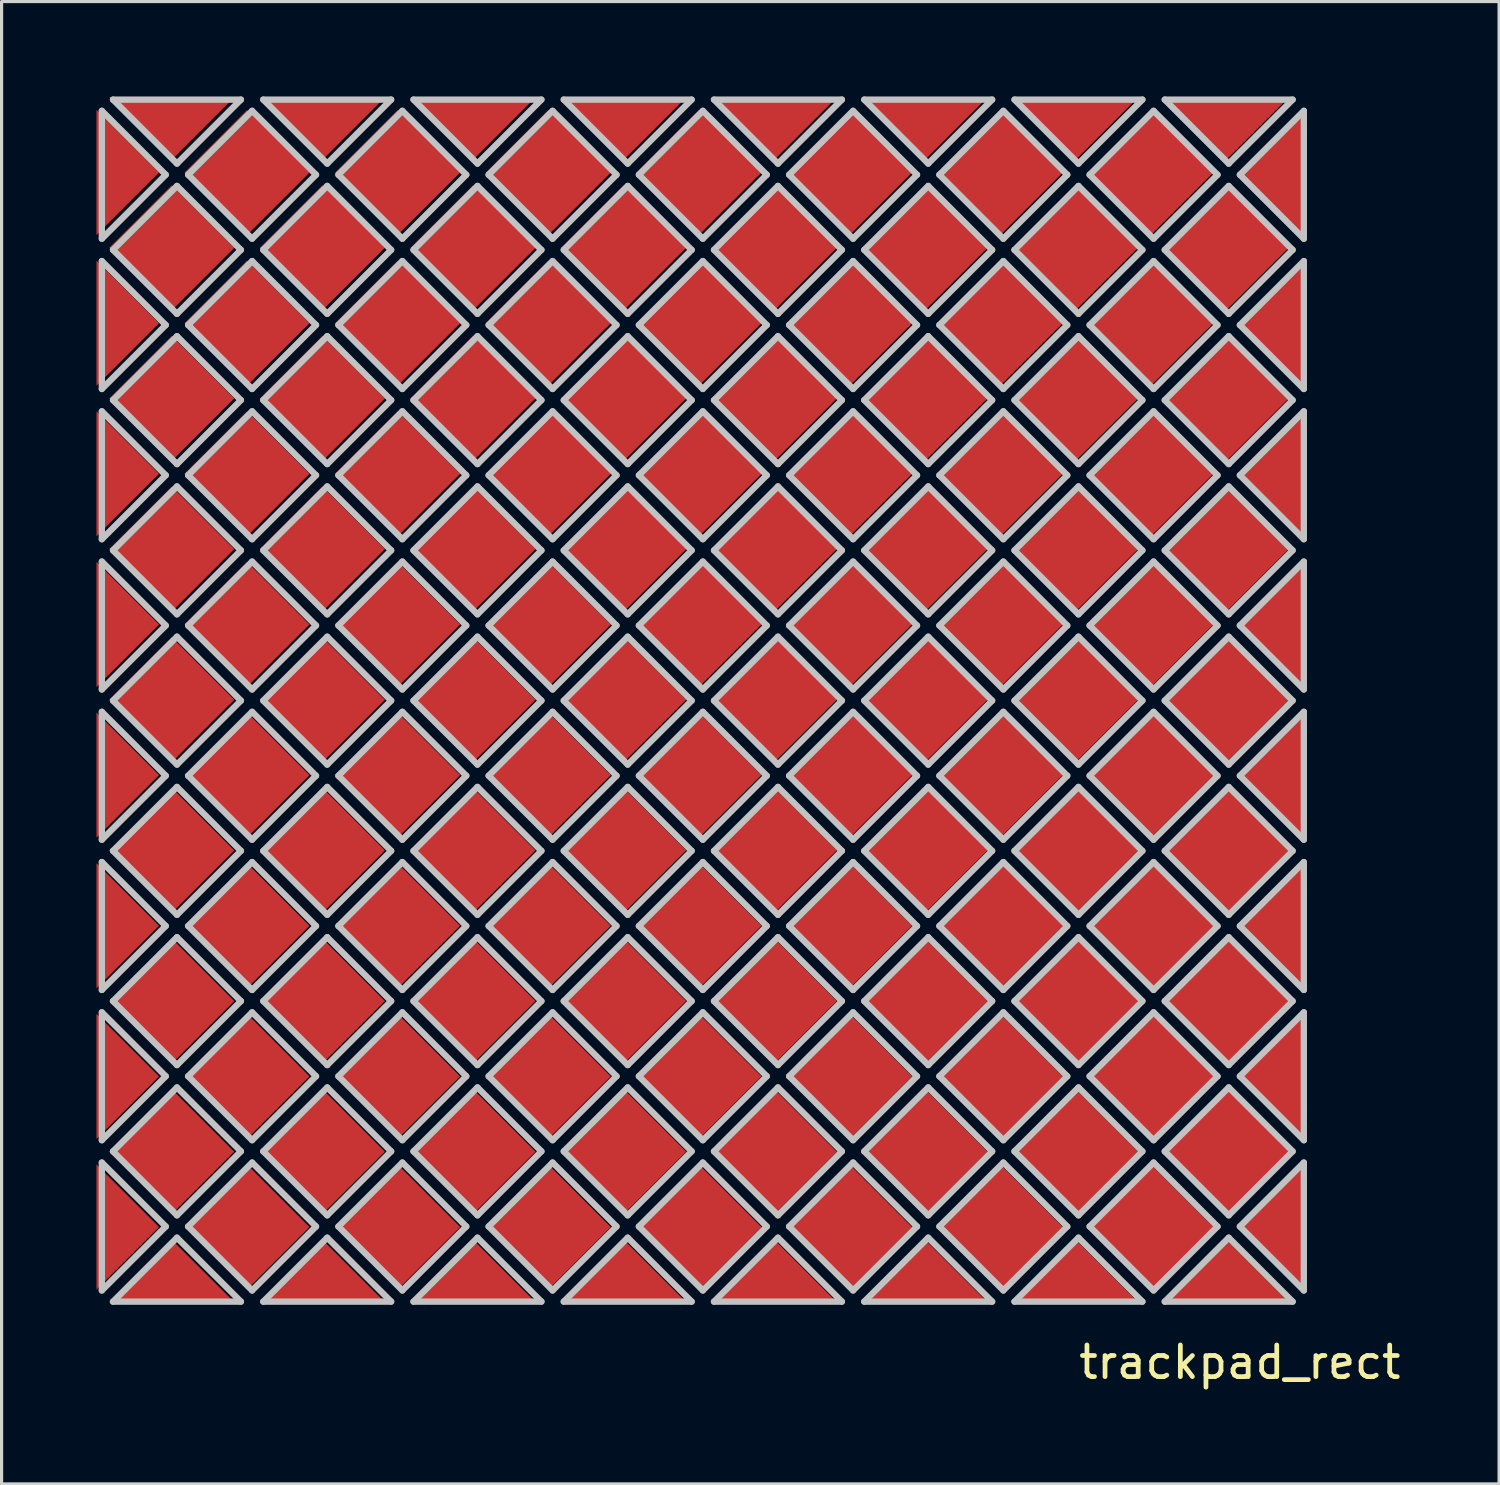
<source format=kicad_pcb>
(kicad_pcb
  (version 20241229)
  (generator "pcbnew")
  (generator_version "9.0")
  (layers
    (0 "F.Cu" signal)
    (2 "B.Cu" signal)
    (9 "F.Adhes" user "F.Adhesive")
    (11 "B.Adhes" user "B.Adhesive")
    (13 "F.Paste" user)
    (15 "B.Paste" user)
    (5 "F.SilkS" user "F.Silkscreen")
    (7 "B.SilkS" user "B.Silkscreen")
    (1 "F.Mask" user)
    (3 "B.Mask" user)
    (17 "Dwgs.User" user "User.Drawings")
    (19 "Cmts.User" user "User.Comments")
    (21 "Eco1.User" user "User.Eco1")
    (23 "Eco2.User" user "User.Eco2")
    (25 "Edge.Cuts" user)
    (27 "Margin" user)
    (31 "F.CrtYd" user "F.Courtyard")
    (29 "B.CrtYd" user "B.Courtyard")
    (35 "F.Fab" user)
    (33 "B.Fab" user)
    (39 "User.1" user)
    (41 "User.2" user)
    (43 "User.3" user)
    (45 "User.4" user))
  (footprint "trackpad_rect"
    (layer "F.Cu")
    (at 19.086 38.401)
    (property "Reference" "trackpad_rect" (at 17.061 1.615 0) (layer "F.SilkS") (effects (font (size 1 1) (thickness 0.15))))
    (attr through_hole)
    (fp_line (start -18.916 -37.947) (end -18.916 -33.904) (stroke (width 0.2) (type solid)) (layer "Dwgs.User"))
    (fp_line (start -18.916 -33.904) (end -16.895 -35.926) (stroke (width 0.2) (type solid)) (layer "Dwgs.User"))
    (fp_line (start -18.916 -33.197) (end -18.916 -29.154) (stroke (width 0.2) (type solid)) (layer "Dwgs.User"))
    (fp_line (start -18.916 -29.154) (end -16.895 -31.176) (stroke (width 0.2) (type solid)) (layer "Dwgs.User"))
    (fp_line (start -18.916 -28.447) (end -18.916 -24.404) (stroke (width 0.2) (type solid)) (layer "Dwgs.User"))
    (fp_line (start -18.916 -24.404) (end -16.895 -26.426) (stroke (width 0.2) (type solid)) (layer "Dwgs.User"))
    (fp_line (start -18.916 -23.697) (end -18.916 -19.654) (stroke (width 0.2) (type solid)) (layer "Dwgs.User"))
    (fp_line (start -18.916 -19.654) (end -16.895 -21.676) (stroke (width 0.2) (type solid)) (layer "Dwgs.User"))
    (fp_line (start -18.916 -18.947) (end -18.916 -14.904) (stroke (width 0.2) (type solid)) (layer "Dwgs.User"))
    (fp_line (start -18.916 -14.904) (end -16.895 -16.926) (stroke (width 0.2) (type solid)) (layer "Dwgs.User"))
    (fp_line (start -18.916 -14.197) (end -18.916 -10.154) (stroke (width 0.2) (type solid)) (layer "Dwgs.User"))
    (fp_line (start -18.916 -10.154) (end -16.895 -12.176) (stroke (width 0.2) (type solid)) (layer "Dwgs.User"))
    (fp_line (start -18.916 -9.447) (end -18.916 -5.404) (stroke (width 0.2) (type solid)) (layer "Dwgs.User"))
    (fp_line (start -18.916 -5.404) (end -16.895 -7.426) (stroke (width 0.2) (type solid)) (layer "Dwgs.User"))
    (fp_line (start -18.916 -4.697) (end -18.916 -0.654) (stroke (width 0.2) (type solid)) (layer "Dwgs.User"))
    (fp_line (start -18.916 -0.654) (end -16.895 -2.676) (stroke (width 0.2) (type solid)) (layer "Dwgs.User"))
    (fp_line (start -18.563 -38.301) (end -16.541 -36.279) (stroke (width 0.2) (type solid)) (layer "Dwgs.User"))
    (fp_line (start -18.563 -33.551) (end -16.541 -31.529) (stroke (width 0.2) (type solid)) (layer "Dwgs.User"))
    (fp_line (start -18.563 -28.801) (end -16.541 -26.779) (stroke (width 0.2) (type solid)) (layer "Dwgs.User"))
    (fp_line (start -18.563 -24.051) (end -16.541 -22.029) (stroke (width 0.2) (type solid)) (layer "Dwgs.User"))
    (fp_line (start -18.563 -19.301) (end -16.541 -17.279) (stroke (width 0.2) (type solid)) (layer "Dwgs.User"))
    (fp_line (start -18.563 -14.551) (end -16.541 -12.529) (stroke (width 0.2) (type solid)) (layer "Dwgs.User"))
    (fp_line (start -18.563 -9.801) (end -16.541 -7.779) (stroke (width 0.2) (type solid)) (layer "Dwgs.User"))
    (fp_line (start -18.563 -5.051) (end -16.541 -3.029) (stroke (width 0.2) (type solid)) (layer "Dwgs.User"))
    (fp_line (start -18.563 -0.301) (end -14.52 -0.301) (stroke (width 0.2) (type solid)) (layer "Dwgs.User"))
    (fp_line (start -16.895 -35.926) (end -18.916 -37.947) (stroke (width 0.2) (type solid)) (layer "Dwgs.User"))
    (fp_line (start -16.895 -31.176) (end -18.916 -33.197) (stroke (width 0.2) (type solid)) (layer "Dwgs.User"))
    (fp_line (start -16.895 -26.426) (end -18.916 -28.447) (stroke (width 0.2) (type solid)) (layer "Dwgs.User"))
    (fp_line (start -16.895 -21.676) (end -18.916 -23.697) (stroke (width 0.2) (type solid)) (layer "Dwgs.User"))
    (fp_line (start -16.895 -16.926) (end -18.916 -18.947) (stroke (width 0.2) (type solid)) (layer "Dwgs.User"))
    (fp_line (start -16.895 -12.176) (end -18.916 -14.197) (stroke (width 0.2) (type solid)) (layer "Dwgs.User"))
    (fp_line (start -16.895 -7.426) (end -18.916 -9.447) (stroke (width 0.2) (type solid)) (layer "Dwgs.User"))
    (fp_line (start -16.895 -2.676) (end -18.916 -4.697) (stroke (width 0.2) (type solid)) (layer "Dwgs.User"))
    (fp_line (start -16.541 -36.279) (end -14.52 -38.301) (stroke (width 0.2) (type solid)) (layer "Dwgs.User"))
    (fp_line (start -16.541 -35.572) (end -18.563 -33.551) (stroke (width 0.2) (type solid)) (layer "Dwgs.User"))
    (fp_line (start -16.541 -31.529) (end -14.52 -33.551) (stroke (width 0.2) (type solid)) (layer "Dwgs.User"))
    (fp_line (start -16.541 -30.822) (end -18.563 -28.801) (stroke (width 0.2) (type solid)) (layer "Dwgs.User"))
    (fp_line (start -16.541 -26.779) (end -14.52 -28.801) (stroke (width 0.2) (type solid)) (layer "Dwgs.User"))
    (fp_line (start -16.541 -26.072) (end -18.563 -24.051) (stroke (width 0.2) (type solid)) (layer "Dwgs.User"))
    (fp_line (start -16.541 -22.029) (end -14.52 -24.051) (stroke (width 0.2) (type solid)) (layer "Dwgs.User"))
    (fp_line (start -16.541 -21.322) (end -18.563 -19.301) (stroke (width 0.2) (type solid)) (layer "Dwgs.User"))
    (fp_line (start -16.541 -17.279) (end -14.52 -19.301) (stroke (width 0.2) (type solid)) (layer "Dwgs.User"))
    (fp_line (start -16.541 -16.572) (end -18.563 -14.551) (stroke (width 0.2) (type solid)) (layer "Dwgs.User"))
    (fp_line (start -16.541 -12.529) (end -14.52 -14.551) (stroke (width 0.2) (type solid)) (layer "Dwgs.User"))
    (fp_line (start -16.541 -11.822) (end -18.563 -9.801) (stroke (width 0.2) (type solid)) (layer "Dwgs.User"))
    (fp_line (start -16.541 -7.779) (end -14.52 -9.801) (stroke (width 0.2) (type solid)) (layer "Dwgs.User"))
    (fp_line (start -16.541 -7.072) (end -18.563 -5.051) (stroke (width 0.2) (type solid)) (layer "Dwgs.User"))
    (fp_line (start -16.541 -3.029) (end -14.52 -5.051) (stroke (width 0.2) (type solid)) (layer "Dwgs.User"))
    (fp_line (start -16.541 -2.322) (end -18.563 -0.301) (stroke (width 0.2) (type solid)) (layer "Dwgs.User"))
    (fp_line (start -16.188 -35.926) (end -14.166 -33.904) (stroke (width 0.2) (type solid)) (layer "Dwgs.User"))
    (fp_line (start -16.188 -31.176) (end -14.166 -29.154) (stroke (width 0.2) (type solid)) (layer "Dwgs.User"))
    (fp_line (start -16.188 -26.426) (end -14.166 -24.404) (stroke (width 0.2) (type solid)) (layer "Dwgs.User"))
    (fp_line (start -16.188 -21.676) (end -14.166 -19.654) (stroke (width 0.2) (type solid)) (layer "Dwgs.User"))
    (fp_line (start -16.188 -16.926) (end -14.166 -14.904) (stroke (width 0.2) (type solid)) (layer "Dwgs.User"))
    (fp_line (start -16.188 -12.176) (end -14.166 -10.154) (stroke (width 0.2) (type solid)) (layer "Dwgs.User"))
    (fp_line (start -16.188 -7.426) (end -14.166 -5.404) (stroke (width 0.2) (type solid)) (layer "Dwgs.User"))
    (fp_line (start -16.188 -2.676) (end -14.166 -0.654) (stroke (width 0.2) (type solid)) (layer "Dwgs.User"))
    (fp_line (start -14.52 -38.301) (end -18.563 -38.301) (stroke (width 0.2) (type solid)) (layer "Dwgs.User"))
    (fp_line (start -14.52 -33.551) (end -16.541 -35.572) (stroke (width 0.2) (type solid)) (layer "Dwgs.User"))
    (fp_line (start -14.52 -28.801) (end -16.541 -30.822) (stroke (width 0.2) (type solid)) (layer "Dwgs.User"))
    (fp_line (start -14.52 -24.051) (end -16.541 -26.072) (stroke (width 0.2) (type solid)) (layer "Dwgs.User"))
    (fp_line (start -14.52 -19.301) (end -16.541 -21.322) (stroke (width 0.2) (type solid)) (layer "Dwgs.User"))
    (fp_line (start -14.52 -14.551) (end -16.541 -16.572) (stroke (width 0.2) (type solid)) (layer "Dwgs.User"))
    (fp_line (start -14.52 -9.801) (end -16.541 -11.822) (stroke (width 0.2) (type solid)) (layer "Dwgs.User"))
    (fp_line (start -14.52 -5.051) (end -16.541 -7.072) (stroke (width 0.2) (type solid)) (layer "Dwgs.User"))
    (fp_line (start -14.52 -0.301) (end -16.541 -2.322) (stroke (width 0.2) (type solid)) (layer "Dwgs.User"))
    (fp_line (start -14.166 -37.947) (end -16.188 -35.926) (stroke (width 0.2) (type solid)) (layer "Dwgs.User"))
    (fp_line (start -14.166 -33.904) (end -12.145 -35.926) (stroke (width 0.2) (type solid)) (layer "Dwgs.User"))
    (fp_line (start -14.166 -33.197) (end -16.188 -31.176) (stroke (width 0.2) (type solid)) (layer "Dwgs.User"))
    (fp_line (start -14.166 -29.154) (end -12.145 -31.176) (stroke (width 0.2) (type solid)) (layer "Dwgs.User"))
    (fp_line (start -14.166 -28.447) (end -16.188 -26.426) (stroke (width 0.2) (type solid)) (layer "Dwgs.User"))
    (fp_line (start -14.166 -24.404) (end -12.145 -26.426) (stroke (width 0.2) (type solid)) (layer "Dwgs.User"))
    (fp_line (start -14.166 -23.697) (end -16.188 -21.676) (stroke (width 0.2) (type solid)) (layer "Dwgs.User"))
    (fp_line (start -14.166 -19.654) (end -12.145 -21.676) (stroke (width 0.2) (type solid)) (layer "Dwgs.User"))
    (fp_line (start -14.166 -18.947) (end -16.188 -16.926) (stroke (width 0.2) (type solid)) (layer "Dwgs.User"))
    (fp_line (start -14.166 -14.904) (end -12.145 -16.926) (stroke (width 0.2) (type solid)) (layer "Dwgs.User"))
    (fp_line (start -14.166 -14.197) (end -16.188 -12.176) (stroke (width 0.2) (type solid)) (layer "Dwgs.User"))
    (fp_line (start -14.166 -10.154) (end -12.145 -12.176) (stroke (width 0.2) (type solid)) (layer "Dwgs.User"))
    (fp_line (start -14.166 -9.447) (end -16.188 -7.426) (stroke (width 0.2) (type solid)) (layer "Dwgs.User"))
    (fp_line (start -14.166 -5.404) (end -12.145 -7.426) (stroke (width 0.2) (type solid)) (layer "Dwgs.User"))
    (fp_line (start -14.166 -4.697) (end -16.188 -2.676) (stroke (width 0.2) (type solid)) (layer "Dwgs.User"))
    (fp_line (start -14.166 -0.654) (end -12.145 -2.676) (stroke (width 0.2) (type solid)) (layer "Dwgs.User"))
    (fp_line (start -13.813 -38.301) (end -11.791 -36.279) (stroke (width 0.2) (type solid)) (layer "Dwgs.User"))
    (fp_line (start -13.813 -33.551) (end -11.791 -31.529) (stroke (width 0.2) (type solid)) (layer "Dwgs.User"))
    (fp_line (start -13.813 -28.801) (end -11.791 -26.779) (stroke (width 0.2) (type solid)) (layer "Dwgs.User"))
    (fp_line (start -13.813 -24.051) (end -11.791 -22.029) (stroke (width 0.2) (type solid)) (layer "Dwgs.User"))
    (fp_line (start -13.813 -19.301) (end -11.791 -17.279) (stroke (width 0.2) (type solid)) (layer "Dwgs.User"))
    (fp_line (start -13.813 -14.551) (end -11.791 -12.529) (stroke (width 0.2) (type solid)) (layer "Dwgs.User"))
    (fp_line (start -13.813 -9.801) (end -11.791 -7.779) (stroke (width 0.2) (type solid)) (layer "Dwgs.User"))
    (fp_line (start -13.813 -5.051) (end -11.791 -3.029) (stroke (width 0.2) (type solid)) (layer "Dwgs.User"))
    (fp_line (start -13.813 -0.301) (end -9.77 -0.301) (stroke (width 0.2) (type solid)) (layer "Dwgs.User"))
    (fp_line (start -12.145 -35.926) (end -14.166 -37.947) (stroke (width 0.2) (type solid)) (layer "Dwgs.User"))
    (fp_line (start -12.145 -31.176) (end -14.166 -33.197) (stroke (width 0.2) (type solid)) (layer "Dwgs.User"))
    (fp_line (start -12.145 -26.426) (end -14.166 -28.447) (stroke (width 0.2) (type solid)) (layer "Dwgs.User"))
    (fp_line (start -12.145 -21.676) (end -14.166 -23.697) (stroke (width 0.2) (type solid)) (layer "Dwgs.User"))
    (fp_line (start -12.145 -16.926) (end -14.166 -18.947) (stroke (width 0.2) (type solid)) (layer "Dwgs.User"))
    (fp_line (start -12.145 -12.176) (end -14.166 -14.197) (stroke (width 0.2) (type solid)) (layer "Dwgs.User"))
    (fp_line (start -12.145 -7.426) (end -14.166 -9.447) (stroke (width 0.2) (type solid)) (layer "Dwgs.User"))
    (fp_line (start -12.145 -2.676) (end -14.166 -4.697) (stroke (width 0.2) (type solid)) (layer "Dwgs.User"))
    (fp_line (start -11.791 -36.279) (end -9.77 -38.301) (stroke (width 0.2) (type solid)) (layer "Dwgs.User"))
    (fp_line (start -11.791 -35.572) (end -13.813 -33.551) (stroke (width 0.2) (type solid)) (layer "Dwgs.User"))
    (fp_line (start -11.791 -31.529) (end -9.77 -33.551) (stroke (width 0.2) (type solid)) (layer "Dwgs.User"))
    (fp_line (start -11.791 -30.822) (end -13.813 -28.801) (stroke (width 0.2) (type solid)) (layer "Dwgs.User"))
    (fp_line (start -11.791 -26.779) (end -9.77 -28.801) (stroke (width 0.2) (type solid)) (layer "Dwgs.User"))
    (fp_line (start -11.791 -26.072) (end -13.813 -24.051) (stroke (width 0.2) (type solid)) (layer "Dwgs.User"))
    (fp_line (start -11.791 -22.029) (end -9.77 -24.051) (stroke (width 0.2) (type solid)) (layer "Dwgs.User"))
    (fp_line (start -11.791 -21.322) (end -13.813 -19.301) (stroke (width 0.2) (type solid)) (layer "Dwgs.User"))
    (fp_line (start -11.791 -17.279) (end -9.77 -19.301) (stroke (width 0.2) (type solid)) (layer "Dwgs.User"))
    (fp_line (start -11.791 -16.572) (end -13.813 -14.551) (stroke (width 0.2) (type solid)) (layer "Dwgs.User"))
    (fp_line (start -11.791 -12.529) (end -9.77 -14.551) (stroke (width 0.2) (type solid)) (layer "Dwgs.User"))
    (fp_line (start -11.791 -11.822) (end -13.813 -9.801) (stroke (width 0.2) (type solid)) (layer "Dwgs.User"))
    (fp_line (start -11.791 -7.779) (end -9.77 -9.801) (stroke (width 0.2) (type solid)) (layer "Dwgs.User"))
    (fp_line (start -11.791 -7.072) (end -13.813 -5.051) (stroke (width 0.2) (type solid)) (layer "Dwgs.User"))
    (fp_line (start -11.791 -3.029) (end -9.77 -5.051) (stroke (width 0.2) (type solid)) (layer "Dwgs.User"))
    (fp_line (start -11.791 -2.322) (end -13.813 -0.301) (stroke (width 0.2) (type solid)) (layer "Dwgs.User"))
    (fp_line (start -11.438 -35.926) (end -9.416 -33.904) (stroke (width 0.2) (type solid)) (layer "Dwgs.User"))
    (fp_line (start -11.438 -31.176) (end -9.416 -29.154) (stroke (width 0.2) (type solid)) (layer "Dwgs.User"))
    (fp_line (start -11.438 -26.426) (end -9.416 -24.404) (stroke (width 0.2) (type solid)) (layer "Dwgs.User"))
    (fp_line (start -11.438 -21.676) (end -9.416 -19.654) (stroke (width 0.2) (type solid)) (layer "Dwgs.User"))
    (fp_line (start -11.438 -16.926) (end -9.416 -14.904) (stroke (width 0.2) (type solid)) (layer "Dwgs.User"))
    (fp_line (start -11.438 -12.176) (end -9.416 -10.154) (stroke (width 0.2) (type solid)) (layer "Dwgs.User"))
    (fp_line (start -11.438 -7.426) (end -9.416 -5.404) (stroke (width 0.2) (type solid)) (layer "Dwgs.User"))
    (fp_line (start -11.438 -2.676) (end -9.416 -0.654) (stroke (width 0.2) (type solid)) (layer "Dwgs.User"))
    (fp_line (start -9.77 -38.301) (end -13.813 -38.301) (stroke (width 0.2) (type solid)) (layer "Dwgs.User"))
    (fp_line (start -9.77 -0.301) (end -11.791 -2.322) (stroke (width 0.2) (type solid)) (layer "Dwgs.User"))
    (fp_line (start -9.77 -33.551) (end -11.791 -35.572) (stroke (width 0.2) (type solid)) (layer "Dwgs.User"))
    (fp_line (start -9.77 -28.801) (end -11.791 -30.822) (stroke (width 0.2) (type solid)) (layer "Dwgs.User"))
    (fp_line (start -9.77 -24.051) (end -11.791 -26.072) (stroke (width 0.2) (type solid)) (layer "Dwgs.User"))
    (fp_line (start -9.77 -19.301) (end -11.791 -21.322) (stroke (width 0.2) (type solid)) (layer "Dwgs.User"))
    (fp_line (start -9.77 -14.551) (end -11.791 -16.572) (stroke (width 0.2) (type solid)) (layer "Dwgs.User"))
    (fp_line (start -9.77 -9.801) (end -11.791 -11.822) (stroke (width 0.2) (type solid)) (layer "Dwgs.User"))
    (fp_line (start -9.77 -5.051) (end -11.791 -7.072) (stroke (width 0.2) (type solid)) (layer "Dwgs.User"))
    (fp_line (start -9.416 -37.947) (end -11.438 -35.926) (stroke (width 0.2) (type solid)) (layer "Dwgs.User"))
    (fp_line (start -9.416 -33.904) (end -7.395 -35.926) (stroke (width 0.2) (type solid)) (layer "Dwgs.User"))
    (fp_line (start -9.416 -33.197) (end -11.438 -31.176) (stroke (width 0.2) (type solid)) (layer "Dwgs.User"))
    (fp_line (start -9.416 -29.154) (end -7.395 -31.176) (stroke (width 0.2) (type solid)) (layer "Dwgs.User"))
    (fp_line (start -9.416 -28.447) (end -11.438 -26.426) (stroke (width 0.2) (type solid)) (layer "Dwgs.User"))
    (fp_line (start -9.416 -24.404) (end -7.395 -26.426) (stroke (width 0.2) (type solid)) (layer "Dwgs.User"))
    (fp_line (start -9.416 -23.697) (end -11.438 -21.676) (stroke (width 0.2) (type solid)) (layer "Dwgs.User"))
    (fp_line (start -9.416 -19.654) (end -7.395 -21.676) (stroke (width 0.2) (type solid)) (layer "Dwgs.User"))
    (fp_line (start -9.416 -18.947) (end -11.438 -16.926) (stroke (width 0.2) (type solid)) (layer "Dwgs.User"))
    (fp_line (start -9.416 -14.904) (end -7.395 -16.926) (stroke (width 0.2) (type solid)) (layer "Dwgs.User"))
    (fp_line (start -9.416 -14.197) (end -11.438 -12.176) (stroke (width 0.2) (type solid)) (layer "Dwgs.User"))
    (fp_line (start -9.416 -10.154) (end -7.395 -12.176) (stroke (width 0.2) (type solid)) (layer "Dwgs.User"))
    (fp_line (start -9.416 -9.447) (end -11.438 -7.426) (stroke (width 0.2) (type solid)) (layer "Dwgs.User"))
    (fp_line (start -9.416 -5.404) (end -7.395 -7.426) (stroke (width 0.2) (type solid)) (layer "Dwgs.User"))
    (fp_line (start -9.416 -4.697) (end -11.438 -2.676) (stroke (width 0.2) (type solid)) (layer "Dwgs.User"))
    (fp_line (start -9.416 -0.654) (end -7.395 -2.676) (stroke (width 0.2) (type solid)) (layer "Dwgs.User"))
    (fp_line (start -9.063 -38.301) (end -7.041 -36.279) (stroke (width 0.2) (type solid)) (layer "Dwgs.User"))
    (fp_line (start -9.063 -33.551) (end -7.041 -31.529) (stroke (width 0.2) (type solid)) (layer "Dwgs.User"))
    (fp_line (start -9.063 -28.801) (end -7.041 -26.779) (stroke (width 0.2) (type solid)) (layer "Dwgs.User"))
    (fp_line (start -9.063 -24.051) (end -7.041 -22.029) (stroke (width 0.2) (type solid)) (layer "Dwgs.User"))
    (fp_line (start -9.063 -19.301) (end -7.041 -17.279) (stroke (width 0.2) (type solid)) (layer "Dwgs.User"))
    (fp_line (start -9.063 -14.551) (end -7.041 -12.529) (stroke (width 0.2) (type solid)) (layer "Dwgs.User"))
    (fp_line (start -9.063 -9.801) (end -7.041 -7.779) (stroke (width 0.2) (type solid)) (layer "Dwgs.User"))
    (fp_line (start -9.063 -5.051) (end -7.041 -3.029) (stroke (width 0.2) (type solid)) (layer "Dwgs.User"))
    (fp_line (start -9.063 -0.301) (end -5.02 -0.301) (stroke (width 0.2) (type solid)) (layer "Dwgs.User"))
    (fp_line (start -7.395 -35.926) (end -9.416 -37.947) (stroke (width 0.2) (type solid)) (layer "Dwgs.User"))
    (fp_line (start -7.395 -31.176) (end -9.416 -33.197) (stroke (width 0.2) (type solid)) (layer "Dwgs.User"))
    (fp_line (start -7.395 -26.426) (end -9.416 -28.447) (stroke (width 0.2) (type solid)) (layer "Dwgs.User"))
    (fp_line (start -7.395 -21.676) (end -9.416 -23.697) (stroke (width 0.2) (type solid)) (layer "Dwgs.User"))
    (fp_line (start -7.395 -16.926) (end -9.416 -18.947) (stroke (width 0.2) (type solid)) (layer "Dwgs.User"))
    (fp_line (start -7.395 -12.176) (end -9.416 -14.197) (stroke (width 0.2) (type solid)) (layer "Dwgs.User"))
    (fp_line (start -7.395 -7.426) (end -9.416 -9.447) (stroke (width 0.2) (type solid)) (layer "Dwgs.User"))
    (fp_line (start -7.395 -2.676) (end -9.416 -4.697) (stroke (width 0.2) (type solid)) (layer "Dwgs.User"))
    (fp_line (start -7.041 -36.279) (end -5.02 -38.301) (stroke (width 0.2) (type solid)) (layer "Dwgs.User"))
    (fp_line (start -7.041 -35.572) (end -9.063 -33.551) (stroke (width 0.2) (type solid)) (layer "Dwgs.User"))
    (fp_line (start -7.041 -31.529) (end -5.02 -33.551) (stroke (width 0.2) (type solid)) (layer "Dwgs.User"))
    (fp_line (start -7.041 -30.822) (end -9.063 -28.801) (stroke (width 0.2) (type solid)) (layer "Dwgs.User"))
    (fp_line (start -7.041 -26.779) (end -5.02 -28.801) (stroke (width 0.2) (type solid)) (layer "Dwgs.User"))
    (fp_line (start -7.041 -26.072) (end -9.063 -24.051) (stroke (width 0.2) (type solid)) (layer "Dwgs.User"))
    (fp_line (start -7.041 -22.029) (end -5.02 -24.051) (stroke (width 0.2) (type solid)) (layer "Dwgs.User"))
    (fp_line (start -7.041 -21.322) (end -9.063 -19.301) (stroke (width 0.2) (type solid)) (layer "Dwgs.User"))
    (fp_line (start -7.041 -17.279) (end -5.02 -19.301) (stroke (width 0.2) (type solid)) (layer "Dwgs.User"))
    (fp_line (start -7.041 -16.572) (end -9.063 -14.551) (stroke (width 0.2) (type solid)) (layer "Dwgs.User"))
    (fp_line (start -7.041 -12.529) (end -5.02 -14.551) (stroke (width 0.2) (type solid)) (layer "Dwgs.User"))
    (fp_line (start -7.041 -11.822) (end -9.063 -9.801) (stroke (width 0.2) (type solid)) (layer "Dwgs.User"))
    (fp_line (start -7.041 -7.779) (end -5.02 -9.801) (stroke (width 0.2) (type solid)) (layer "Dwgs.User"))
    (fp_line (start -7.041 -7.072) (end -9.063 -5.051) (stroke (width 0.2) (type solid)) (layer "Dwgs.User"))
    (fp_line (start -7.041 -3.029) (end -5.02 -5.051) (stroke (width 0.2) (type solid)) (layer "Dwgs.User"))
    (fp_line (start -7.041 -2.322) (end -9.063 -0.301) (stroke (width 0.2) (type solid)) (layer "Dwgs.User"))
    (fp_line (start -6.688 -35.926) (end -4.666 -33.904) (stroke (width 0.2) (type solid)) (layer "Dwgs.User"))
    (fp_line (start -6.688 -31.176) (end -4.666 -29.154) (stroke (width 0.2) (type solid)) (layer "Dwgs.User"))
    (fp_line (start -6.688 -26.426) (end -4.666 -24.404) (stroke (width 0.2) (type solid)) (layer "Dwgs.User"))
    (fp_line (start -6.688 -21.676) (end -4.666 -19.654) (stroke (width 0.2) (type solid)) (layer "Dwgs.User"))
    (fp_line (start -6.688 -16.926) (end -4.666 -14.904) (stroke (width 0.2) (type solid)) (layer "Dwgs.User"))
    (fp_line (start -6.688 -12.176) (end -4.666 -10.154) (stroke (width 0.2) (type solid)) (layer "Dwgs.User"))
    (fp_line (start -6.688 -7.426) (end -4.666 -5.404) (stroke (width 0.2) (type solid)) (layer "Dwgs.User"))
    (fp_line (start -6.688 -2.676) (end -4.666 -0.654) (stroke (width 0.2) (type solid)) (layer "Dwgs.User"))
    (fp_line (start -5.02 -38.301) (end -9.063 -38.301) (stroke (width 0.2) (type solid)) (layer "Dwgs.User"))
    (fp_line (start -5.02 -0.301) (end -7.041 -2.322) (stroke (width 0.2) (type solid)) (layer "Dwgs.User"))
    (fp_line (start -5.02 -33.551) (end -7.041 -35.572) (stroke (width 0.2) (type solid)) (layer "Dwgs.User"))
    (fp_line (start -5.02 -28.801) (end -7.041 -30.822) (stroke (width 0.2) (type solid)) (layer "Dwgs.User"))
    (fp_line (start -5.02 -24.051) (end -7.041 -26.072) (stroke (width 0.2) (type solid)) (layer "Dwgs.User"))
    (fp_line (start -5.02 -19.301) (end -7.041 -21.322) (stroke (width 0.2) (type solid)) (layer "Dwgs.User"))
    (fp_line (start -5.02 -14.551) (end -7.041 -16.572) (stroke (width 0.2) (type solid)) (layer "Dwgs.User"))
    (fp_line (start -5.02 -9.801) (end -7.041 -11.822) (stroke (width 0.2) (type solid)) (layer "Dwgs.User"))
    (fp_line (start -5.02 -5.051) (end -7.041 -7.072) (stroke (width 0.2) (type solid)) (layer "Dwgs.User"))
    (fp_line (start -4.666 -37.947) (end -6.688 -35.926) (stroke (width 0.2) (type solid)) (layer "Dwgs.User"))
    (fp_line (start -4.666 -33.904) (end -2.645 -35.926) (stroke (width 0.2) (type solid)) (layer "Dwgs.User"))
    (fp_line (start -4.666 -33.197) (end -6.688 -31.176) (stroke (width 0.2) (type solid)) (layer "Dwgs.User"))
    (fp_line (start -4.666 -29.154) (end -2.645 -31.176) (stroke (width 0.2) (type solid)) (layer "Dwgs.User"))
    (fp_line (start -4.666 -28.447) (end -6.688 -26.426) (stroke (width 0.2) (type solid)) (layer "Dwgs.User"))
    (fp_line (start -4.666 -24.404) (end -2.645 -26.426) (stroke (width 0.2) (type solid)) (layer "Dwgs.User"))
    (fp_line (start -4.666 -23.697) (end -6.688 -21.676) (stroke (width 0.2) (type solid)) (layer "Dwgs.User"))
    (fp_line (start -4.666 -19.654) (end -2.645 -21.676) (stroke (width 0.2) (type solid)) (layer "Dwgs.User"))
    (fp_line (start -4.666 -18.947) (end -6.688 -16.926) (stroke (width 0.2) (type solid)) (layer "Dwgs.User"))
    (fp_line (start -4.666 -14.904) (end -2.645 -16.926) (stroke (width 0.2) (type solid)) (layer "Dwgs.User"))
    (fp_line (start -4.666 -14.197) (end -6.688 -12.176) (stroke (width 0.2) (type solid)) (layer "Dwgs.User"))
    (fp_line (start -4.666 -10.154) (end -2.645 -12.176) (stroke (width 0.2) (type solid)) (layer "Dwgs.User"))
    (fp_line (start -4.666 -9.447) (end -6.688 -7.426) (stroke (width 0.2) (type solid)) (layer "Dwgs.User"))
    (fp_line (start -4.666 -5.404) (end -2.645 -7.426) (stroke (width 0.2) (type solid)) (layer "Dwgs.User"))
    (fp_line (start -4.666 -4.697) (end -6.688 -2.676) (stroke (width 0.2) (type solid)) (layer "Dwgs.User"))
    (fp_line (start -4.666 -0.654) (end -2.645 -2.676) (stroke (width 0.2) (type solid)) (layer "Dwgs.User"))
    (fp_line (start -4.313 -38.301) (end -2.291 -36.279) (stroke (width 0.2) (type solid)) (layer "Dwgs.User"))
    (fp_line (start -4.313 -33.551) (end -2.291 -31.529) (stroke (width 0.2) (type solid)) (layer "Dwgs.User"))
    (fp_line (start -4.313 -28.801) (end -2.291 -26.779) (stroke (width 0.2) (type solid)) (layer "Dwgs.User"))
    (fp_line (start -4.313 -24.051) (end -2.291 -22.029) (stroke (width 0.2) (type solid)) (layer "Dwgs.User"))
    (fp_line (start -4.313 -19.301) (end -2.291 -17.279) (stroke (width 0.2) (type solid)) (layer "Dwgs.User"))
    (fp_line (start -4.313 -14.551) (end -2.291 -12.529) (stroke (width 0.2) (type solid)) (layer "Dwgs.User"))
    (fp_line (start -4.313 -9.801) (end -2.291 -7.779) (stroke (width 0.2) (type solid)) (layer "Dwgs.User"))
    (fp_line (start -4.313 -5.051) (end -2.291 -3.029) (stroke (width 0.2) (type solid)) (layer "Dwgs.User"))
    (fp_line (start -4.313 -0.301) (end -0.27 -0.301) (stroke (width 0.2) (type solid)) (layer "Dwgs.User"))
    (fp_line (start -2.645 -35.926) (end -4.666 -37.947) (stroke (width 0.2) (type solid)) (layer "Dwgs.User"))
    (fp_line (start -2.645 -31.176) (end -4.666 -33.197) (stroke (width 0.2) (type solid)) (layer "Dwgs.User"))
    (fp_line (start -2.645 -26.426) (end -4.666 -28.447) (stroke (width 0.2) (type solid)) (layer "Dwgs.User"))
    (fp_line (start -2.645 -21.676) (end -4.666 -23.697) (stroke (width 0.2) (type solid)) (layer "Dwgs.User"))
    (fp_line (start -2.645 -16.926) (end -4.666 -18.947) (stroke (width 0.2) (type solid)) (layer "Dwgs.User"))
    (fp_line (start -2.645 -12.176) (end -4.666 -14.197) (stroke (width 0.2) (type solid)) (layer "Dwgs.User"))
    (fp_line (start -2.645 -7.426) (end -4.666 -9.447) (stroke (width 0.2) (type solid)) (layer "Dwgs.User"))
    (fp_line (start -2.645 -2.676) (end -4.666 -4.697) (stroke (width 0.2) (type solid)) (layer "Dwgs.User"))
    (fp_line (start -2.291 -36.279) (end -0.27 -38.301) (stroke (width 0.2) (type solid)) (layer "Dwgs.User"))
    (fp_line (start -2.291 -35.572) (end -4.313 -33.551) (stroke (width 0.2) (type solid)) (layer "Dwgs.User"))
    (fp_line (start -2.291 -31.529) (end -0.27 -33.551) (stroke (width 0.2) (type solid)) (layer "Dwgs.User"))
    (fp_line (start -2.291 -30.822) (end -4.313 -28.801) (stroke (width 0.2) (type solid)) (layer "Dwgs.User"))
    (fp_line (start -2.291 -26.779) (end -0.27 -28.801) (stroke (width 0.2) (type solid)) (layer "Dwgs.User"))
    (fp_line (start -2.291 -26.072) (end -4.313 -24.051) (stroke (width 0.2) (type solid)) (layer "Dwgs.User"))
    (fp_line (start -2.291 -22.029) (end -0.27 -24.051) (stroke (width 0.2) (type solid)) (layer "Dwgs.User"))
    (fp_line (start -2.291 -21.322) (end -4.313 -19.301) (stroke (width 0.2) (type solid)) (layer "Dwgs.User"))
    (fp_line (start -2.291 -17.279) (end -0.27 -19.301) (stroke (width 0.2) (type solid)) (layer "Dwgs.User"))
    (fp_line (start -2.291 -16.572) (end -4.313 -14.551) (stroke (width 0.2) (type solid)) (layer "Dwgs.User"))
    (fp_line (start -2.291 -12.529) (end -0.27 -14.551) (stroke (width 0.2) (type solid)) (layer "Dwgs.User"))
    (fp_line (start -2.291 -11.822) (end -4.313 -9.801) (stroke (width 0.2) (type solid)) (layer "Dwgs.User"))
    (fp_line (start -2.291 -7.779) (end -0.27 -9.801) (stroke (width 0.2) (type solid)) (layer "Dwgs.User"))
    (fp_line (start -2.291 -7.072) (end -4.313 -5.051) (stroke (width 0.2) (type solid)) (layer "Dwgs.User"))
    (fp_line (start -2.291 -3.029) (end -0.27 -5.051) (stroke (width 0.2) (type solid)) (layer "Dwgs.User"))
    (fp_line (start -2.291 -2.322) (end -4.313 -0.301) (stroke (width 0.2) (type solid)) (layer "Dwgs.User"))
    (fp_line (start -1.938 -35.926) (end 0.084 -33.904) (stroke (width 0.2) (type solid)) (layer "Dwgs.User"))
    (fp_line (start -1.938 -31.176) (end 0.084 -29.154) (stroke (width 0.2) (type solid)) (layer "Dwgs.User"))
    (fp_line (start -1.938 -26.426) (end 0.084 -24.404) (stroke (width 0.2) (type solid)) (layer "Dwgs.User"))
    (fp_line (start -1.938 -21.676) (end 0.084 -19.654) (stroke (width 0.2) (type solid)) (layer "Dwgs.User"))
    (fp_line (start -1.938 -16.926) (end 0.084 -14.904) (stroke (width 0.2) (type solid)) (layer "Dwgs.User"))
    (fp_line (start -1.938 -12.176) (end 0.084 -10.154) (stroke (width 0.2) (type solid)) (layer "Dwgs.User"))
    (fp_line (start -1.938 -7.426) (end 0.084 -5.404) (stroke (width 0.2) (type solid)) (layer "Dwgs.User"))
    (fp_line (start -1.938 -2.676) (end 0.084 -0.654) (stroke (width 0.2) (type solid)) (layer "Dwgs.User"))
    (fp_line (start -0.27 -38.301) (end -4.313 -38.301) (stroke (width 0.2) (type solid)) (layer "Dwgs.User"))
    (fp_line (start -0.27 -0.301) (end -2.291 -2.322) (stroke (width 0.2) (type solid)) (layer "Dwgs.User"))
    (fp_line (start -0.27 -33.551) (end -2.291 -35.572) (stroke (width 0.2) (type solid)) (layer "Dwgs.User"))
    (fp_line (start -0.27 -28.801) (end -2.291 -30.822) (stroke (width 0.2) (type solid)) (layer "Dwgs.User"))
    (fp_line (start -0.27 -24.051) (end -2.291 -26.072) (stroke (width 0.2) (type solid)) (layer "Dwgs.User"))
    (fp_line (start -0.27 -19.301) (end -2.291 -21.322) (stroke (width 0.2) (type solid)) (layer "Dwgs.User"))
    (fp_line (start -0.27 -14.551) (end -2.291 -16.572) (stroke (width 0.2) (type solid)) (layer "Dwgs.User"))
    (fp_line (start -0.27 -9.801) (end -2.291 -11.822) (stroke (width 0.2) (type solid)) (layer "Dwgs.User"))
    (fp_line (start -0.27 -5.051) (end -2.291 -7.072) (stroke (width 0.2) (type solid)) (layer "Dwgs.User"))
    (fp_line (start 0.084 -37.947) (end -1.938 -35.926) (stroke (width 0.2) (type solid)) (layer "Dwgs.User"))
    (fp_line (start 0.084 -33.904) (end 2.105 -35.926) (stroke (width 0.2) (type solid)) (layer "Dwgs.User"))
    (fp_line (start 0.084 -33.197) (end -1.938 -31.176) (stroke (width 0.2) (type solid)) (layer "Dwgs.User"))
    (fp_line (start 0.084 -29.154) (end 2.105 -31.176) (stroke (width 0.2) (type solid)) (layer "Dwgs.User"))
    (fp_line (start 0.084 -28.447) (end -1.938 -26.426) (stroke (width 0.2) (type solid)) (layer "Dwgs.User"))
    (fp_line (start 0.084 -24.404) (end 2.105 -26.426) (stroke (width 0.2) (type solid)) (layer "Dwgs.User"))
    (fp_line (start 0.084 -23.697) (end -1.938 -21.676) (stroke (width 0.2) (type solid)) (layer "Dwgs.User"))
    (fp_line (start 0.084 -19.654) (end 2.105 -21.676) (stroke (width 0.2) (type solid)) (layer "Dwgs.User"))
    (fp_line (start 0.084 -18.947) (end -1.938 -16.926) (stroke (width 0.2) (type solid)) (layer "Dwgs.User"))
    (fp_line (start 0.084 -14.904) (end 2.105 -16.926) (stroke (width 0.2) (type solid)) (layer "Dwgs.User"))
    (fp_line (start 0.084 -14.197) (end -1.938 -12.176) (stroke (width 0.2) (type solid)) (layer "Dwgs.User"))
    (fp_line (start 0.084 -10.154) (end 2.105 -12.176) (stroke (width 0.2) (type solid)) (layer "Dwgs.User"))
    (fp_line (start 0.084 -9.447) (end -1.938 -7.426) (stroke (width 0.2) (type solid)) (layer "Dwgs.User"))
    (fp_line (start 0.084 -5.404) (end 2.105 -7.426) (stroke (width 0.2) (type solid)) (layer "Dwgs.User"))
    (fp_line (start 0.084 -4.697) (end -1.938 -2.676) (stroke (width 0.2) (type solid)) (layer "Dwgs.User"))
    (fp_line (start 0.084 -0.654) (end 2.105 -2.676) (stroke (width 0.2) (type solid)) (layer "Dwgs.User"))
    (fp_line (start 0.437 -38.301) (end 2.459 -36.279) (stroke (width 0.2) (type solid)) (layer "Dwgs.User"))
    (fp_line (start 0.437 -33.551) (end 2.459 -31.529) (stroke (width 0.2) (type solid)) (layer "Dwgs.User"))
    (fp_line (start 0.437 -28.801) (end 2.459 -26.779) (stroke (width 0.2) (type solid)) (layer "Dwgs.User"))
    (fp_line (start 0.437 -24.051) (end 2.459 -22.029) (stroke (width 0.2) (type solid)) (layer "Dwgs.User"))
    (fp_line (start 0.437 -19.301) (end 2.459 -17.279) (stroke (width 0.2) (type solid)) (layer "Dwgs.User"))
    (fp_line (start 0.437 -14.551) (end 2.459 -12.529) (stroke (width 0.2) (type solid)) (layer "Dwgs.User"))
    (fp_line (start 0.437 -9.801) (end 2.459 -7.779) (stroke (width 0.2) (type solid)) (layer "Dwgs.User"))
    (fp_line (start 0.437 -5.051) (end 2.459 -3.029) (stroke (width 0.2) (type solid)) (layer "Dwgs.User"))
    (fp_line (start 0.437 -0.301) (end 4.48 -0.301) (stroke (width 0.2) (type solid)) (layer "Dwgs.User"))
    (fp_line (start 2.105 -35.926) (end 0.084 -37.947) (stroke (width 0.2) (type solid)) (layer "Dwgs.User"))
    (fp_line (start 2.105 -31.176) (end 0.084 -33.197) (stroke (width 0.2) (type solid)) (layer "Dwgs.User"))
    (fp_line (start 2.105 -26.426) (end 0.084 -28.447) (stroke (width 0.2) (type solid)) (layer "Dwgs.User"))
    (fp_line (start 2.105 -21.676) (end 0.084 -23.697) (stroke (width 0.2) (type solid)) (layer "Dwgs.User"))
    (fp_line (start 2.105 -16.926) (end 0.084 -18.947) (stroke (width 0.2) (type solid)) (layer "Dwgs.User"))
    (fp_line (start 2.105 -12.176) (end 0.084 -14.197) (stroke (width 0.2) (type solid)) (layer "Dwgs.User"))
    (fp_line (start 2.105 -7.426) (end 0.084 -9.447) (stroke (width 0.2) (type solid)) (layer "Dwgs.User"))
    (fp_line (start 2.105 -2.676) (end 0.084 -4.697) (stroke (width 0.2) (type solid)) (layer "Dwgs.User"))
    (fp_line (start 2.459 -36.279) (end 4.48 -38.301) (stroke (width 0.2) (type solid)) (layer "Dwgs.User"))
    (fp_line (start 2.459 -35.572) (end 0.437 -33.551) (stroke (width 0.2) (type solid)) (layer "Dwgs.User"))
    (fp_line (start 2.459 -31.529) (end 4.48 -33.551) (stroke (width 0.2) (type solid)) (layer "Dwgs.User"))
    (fp_line (start 2.459 -30.822) (end 0.437 -28.801) (stroke (width 0.2) (type solid)) (layer "Dwgs.User"))
    (fp_line (start 2.459 -26.779) (end 4.48 -28.801) (stroke (width 0.2) (type solid)) (layer "Dwgs.User"))
    (fp_line (start 2.459 -26.072) (end 0.437 -24.051) (stroke (width 0.2) (type solid)) (layer "Dwgs.User"))
    (fp_line (start 2.459 -22.029) (end 4.48 -24.051) (stroke (width 0.2) (type solid)) (layer "Dwgs.User"))
    (fp_line (start 2.459 -21.322) (end 0.437 -19.301) (stroke (width 0.2) (type solid)) (layer "Dwgs.User"))
    (fp_line (start 2.459 -17.279) (end 4.48 -19.301) (stroke (width 0.2) (type solid)) (layer "Dwgs.User"))
    (fp_line (start 2.459 -16.572) (end 0.437 -14.551) (stroke (width 0.2) (type solid)) (layer "Dwgs.User"))
    (fp_line (start 2.459 -12.529) (end 4.48 -14.551) (stroke (width 0.2) (type solid)) (layer "Dwgs.User"))
    (fp_line (start 2.459 -11.822) (end 0.437 -9.801) (stroke (width 0.2) (type solid)) (layer "Dwgs.User"))
    (fp_line (start 2.459 -7.779) (end 4.48 -9.801) (stroke (width 0.2) (type solid)) (layer "Dwgs.User"))
    (fp_line (start 2.459 -7.072) (end 0.437 -5.051) (stroke (width 0.2) (type solid)) (layer "Dwgs.User"))
    (fp_line (start 2.459 -3.029) (end 4.48 -5.051) (stroke (width 0.2) (type solid)) (layer "Dwgs.User"))
    (fp_line (start 2.459 -2.322) (end 0.437 -0.301) (stroke (width 0.2) (type solid)) (layer "Dwgs.User"))
    (fp_line (start 2.812 -35.926) (end 4.834 -33.904) (stroke (width 0.2) (type solid)) (layer "Dwgs.User"))
    (fp_line (start 2.812 -31.176) (end 4.834 -29.154) (stroke (width 0.2) (type solid)) (layer "Dwgs.User"))
    (fp_line (start 2.812 -26.426) (end 4.834 -24.404) (stroke (width 0.2) (type solid)) (layer "Dwgs.User"))
    (fp_line (start 2.812 -21.676) (end 4.834 -19.654) (stroke (width 0.2) (type solid)) (layer "Dwgs.User"))
    (fp_line (start 2.812 -16.926) (end 4.834 -14.904) (stroke (width 0.2) (type solid)) (layer "Dwgs.User"))
    (fp_line (start 2.812 -12.176) (end 4.834 -10.154) (stroke (width 0.2) (type solid)) (layer "Dwgs.User"))
    (fp_line (start 2.812 -7.426) (end 4.834 -5.404) (stroke (width 0.2) (type solid)) (layer "Dwgs.User"))
    (fp_line (start 2.812 -2.676) (end 4.834 -0.654) (stroke (width 0.2) (type solid)) (layer "Dwgs.User"))
    (fp_line (start 4.48 -38.301) (end 0.437 -38.301) (stroke (width 0.2) (type solid)) (layer "Dwgs.User"))
    (fp_line (start 4.48 -0.301) (end 2.459 -2.322) (stroke (width 0.2) (type solid)) (layer "Dwgs.User"))
    (fp_line (start 4.48 -33.551) (end 2.459 -35.572) (stroke (width 0.2) (type solid)) (layer "Dwgs.User"))
    (fp_line (start 4.48 -28.801) (end 2.459 -30.822) (stroke (width 0.2) (type solid)) (layer "Dwgs.User"))
    (fp_line (start 4.48 -24.051) (end 2.459 -26.072) (stroke (width 0.2) (type solid)) (layer "Dwgs.User"))
    (fp_line (start 4.48 -19.301) (end 2.459 -21.322) (stroke (width 0.2) (type solid)) (layer "Dwgs.User"))
    (fp_line (start 4.48 -14.551) (end 2.459 -16.572) (stroke (width 0.2) (type solid)) (layer "Dwgs.User"))
    (fp_line (start 4.48 -9.801) (end 2.459 -11.822) (stroke (width 0.2) (type solid)) (layer "Dwgs.User"))
    (fp_line (start 4.48 -5.051) (end 2.459 -7.072) (stroke (width 0.2) (type solid)) (layer "Dwgs.User"))
    (fp_line (start 4.834 -37.947) (end 2.812 -35.926) (stroke (width 0.2) (type solid)) (layer "Dwgs.User"))
    (fp_line (start 4.834 -33.904) (end 6.855 -35.926) (stroke (width 0.2) (type solid)) (layer "Dwgs.User"))
    (fp_line (start 4.834 -33.197) (end 2.812 -31.176) (stroke (width 0.2) (type solid)) (layer "Dwgs.User"))
    (fp_line (start 4.834 -29.154) (end 6.855 -31.176) (stroke (width 0.2) (type solid)) (layer "Dwgs.User"))
    (fp_line (start 4.834 -28.447) (end 2.812 -26.426) (stroke (width 0.2) (type solid)) (layer "Dwgs.User"))
    (fp_line (start 4.834 -24.404) (end 6.855 -26.426) (stroke (width 0.2) (type solid)) (layer "Dwgs.User"))
    (fp_line (start 4.834 -23.697) (end 2.812 -21.676) (stroke (width 0.2) (type solid)) (layer "Dwgs.User"))
    (fp_line (start 4.834 -19.654) (end 6.855 -21.676) (stroke (width 0.2) (type solid)) (layer "Dwgs.User"))
    (fp_line (start 4.834 -18.947) (end 2.812 -16.926) (stroke (width 0.2) (type solid)) (layer "Dwgs.User"))
    (fp_line (start 4.834 -14.904) (end 6.855 -16.926) (stroke (width 0.2) (type solid)) (layer "Dwgs.User"))
    (fp_line (start 4.834 -14.197) (end 2.812 -12.176) (stroke (width 0.2) (type solid)) (layer "Dwgs.User"))
    (fp_line (start 4.834 -10.154) (end 6.855 -12.176) (stroke (width 0.2) (type solid)) (layer "Dwgs.User"))
    (fp_line (start 4.834 -9.447) (end 2.812 -7.426) (stroke (width 0.2) (type solid)) (layer "Dwgs.User"))
    (fp_line (start 4.834 -5.404) (end 6.855 -7.426) (stroke (width 0.2) (type solid)) (layer "Dwgs.User"))
    (fp_line (start 4.834 -4.697) (end 2.812 -2.676) (stroke (width 0.2) (type solid)) (layer "Dwgs.User"))
    (fp_line (start 4.834 -0.654) (end 6.855 -2.676) (stroke (width 0.2) (type solid)) (layer "Dwgs.User"))
    (fp_line (start 5.187 -38.301) (end 7.209 -36.279) (stroke (width 0.2) (type solid)) (layer "Dwgs.User"))
    (fp_line (start 5.187 -33.551) (end 7.209 -31.529) (stroke (width 0.2) (type solid)) (layer "Dwgs.User"))
    (fp_line (start 5.187 -28.801) (end 7.209 -26.779) (stroke (width 0.2) (type solid)) (layer "Dwgs.User"))
    (fp_line (start 5.187 -24.051) (end 7.209 -22.029) (stroke (width 0.2) (type solid)) (layer "Dwgs.User"))
    (fp_line (start 5.187 -19.301) (end 7.209 -17.279) (stroke (width 0.2) (type solid)) (layer "Dwgs.User"))
    (fp_line (start 5.187 -14.551) (end 7.209 -12.529) (stroke (width 0.2) (type solid)) (layer "Dwgs.User"))
    (fp_line (start 5.187 -9.801) (end 7.209 -7.779) (stroke (width 0.2) (type solid)) (layer "Dwgs.User"))
    (fp_line (start 5.187 -5.051) (end 7.209 -3.029) (stroke (width 0.2) (type solid)) (layer "Dwgs.User"))
    (fp_line (start 5.187 -0.301) (end 9.23 -0.301) (stroke (width 0.2) (type solid)) (layer "Dwgs.User"))
    (fp_line (start 6.855 -35.926) (end 4.834 -37.947) (stroke (width 0.2) (type solid)) (layer "Dwgs.User"))
    (fp_line (start 6.855 -31.176) (end 4.834 -33.197) (stroke (width 0.2) (type solid)) (layer "Dwgs.User"))
    (fp_line (start 6.855 -26.426) (end 4.834 -28.447) (stroke (width 0.2) (type solid)) (layer "Dwgs.User"))
    (fp_line (start 6.855 -21.676) (end 4.834 -23.697) (stroke (width 0.2) (type solid)) (layer "Dwgs.User"))
    (fp_line (start 6.855 -16.926) (end 4.834 -18.947) (stroke (width 0.2) (type solid)) (layer "Dwgs.User"))
    (fp_line (start 6.855 -12.176) (end 4.834 -14.197) (stroke (width 0.2) (type solid)) (layer "Dwgs.User"))
    (fp_line (start 6.855 -7.426) (end 4.834 -9.447) (stroke (width 0.2) (type solid)) (layer "Dwgs.User"))
    (fp_line (start 6.855 -2.676) (end 4.834 -4.697) (stroke (width 0.2) (type solid)) (layer "Dwgs.User"))
    (fp_line (start 7.209 -36.279) (end 9.23 -38.301) (stroke (width 0.2) (type solid)) (layer "Dwgs.User"))
    (fp_line (start 7.209 -35.572) (end 5.187 -33.551) (stroke (width 0.2) (type solid)) (layer "Dwgs.User"))
    (fp_line (start 7.209 -31.529) (end 9.23 -33.551) (stroke (width 0.2) (type solid)) (layer "Dwgs.User"))
    (fp_line (start 7.209 -30.822) (end 5.187 -28.801) (stroke (width 0.2) (type solid)) (layer "Dwgs.User"))
    (fp_line (start 7.209 -26.779) (end 9.23 -28.801) (stroke (width 0.2) (type solid)) (layer "Dwgs.User"))
    (fp_line (start 7.209 -26.072) (end 5.187 -24.051) (stroke (width 0.2) (type solid)) (layer "Dwgs.User"))
    (fp_line (start 7.209 -22.029) (end 9.23 -24.051) (stroke (width 0.2) (type solid)) (layer "Dwgs.User"))
    (fp_line (start 7.209 -21.322) (end 5.187 -19.301) (stroke (width 0.2) (type solid)) (layer "Dwgs.User"))
    (fp_line (start 7.209 -17.279) (end 9.23 -19.301) (stroke (width 0.2) (type solid)) (layer "Dwgs.User"))
    (fp_line (start 7.209 -16.572) (end 5.187 -14.551) (stroke (width 0.2) (type solid)) (layer "Dwgs.User"))
    (fp_line (start 7.209 -12.529) (end 9.23 -14.551) (stroke (width 0.2) (type solid)) (layer "Dwgs.User"))
    (fp_line (start 7.209 -11.822) (end 5.187 -9.801) (stroke (width 0.2) (type solid)) (layer "Dwgs.User"))
    (fp_line (start 7.209 -7.779) (end 9.23 -9.801) (stroke (width 0.2) (type solid)) (layer "Dwgs.User"))
    (fp_line (start 7.209 -7.072) (end 5.187 -5.051) (stroke (width 0.2) (type solid)) (layer "Dwgs.User"))
    (fp_line (start 7.209 -3.029) (end 9.23 -5.051) (stroke (width 0.2) (type solid)) (layer "Dwgs.User"))
    (fp_line (start 7.209 -2.322) (end 5.187 -0.301) (stroke (width 0.2) (type solid)) (layer "Dwgs.User"))
    (fp_line (start 7.562 -35.926) (end 9.584 -33.904) (stroke (width 0.2) (type solid)) (layer "Dwgs.User"))
    (fp_line (start 7.562 -31.176) (end 9.584 -29.154) (stroke (width 0.2) (type solid)) (layer "Dwgs.User"))
    (fp_line (start 7.562 -26.426) (end 9.584 -24.404) (stroke (width 0.2) (type solid)) (layer "Dwgs.User"))
    (fp_line (start 7.562 -21.676) (end 9.584 -19.654) (stroke (width 0.2) (type solid)) (layer "Dwgs.User"))
    (fp_line (start 7.562 -16.926) (end 9.584 -14.904) (stroke (width 0.2) (type solid)) (layer "Dwgs.User"))
    (fp_line (start 7.562 -12.176) (end 9.584 -10.154) (stroke (width 0.2) (type solid)) (layer "Dwgs.User"))
    (fp_line (start 7.562 -7.426) (end 9.584 -5.404) (stroke (width 0.2) (type solid)) (layer "Dwgs.User"))
    (fp_line (start 7.562 -2.676) (end 9.584 -0.654) (stroke (width 0.2) (type solid)) (layer "Dwgs.User"))
    (fp_line (start 9.23 -38.301) (end 5.187 -38.301) (stroke (width 0.2) (type solid)) (layer "Dwgs.User"))
    (fp_line (start 9.23 -0.301) (end 7.209 -2.322) (stroke (width 0.2) (type solid)) (layer "Dwgs.User"))
    (fp_line (start 9.23 -33.551) (end 7.209 -35.572) (stroke (width 0.2) (type solid)) (layer "Dwgs.User"))
    (fp_line (start 9.23 -28.801) (end 7.209 -30.822) (stroke (width 0.2) (type solid)) (layer "Dwgs.User"))
    (fp_line (start 9.23 -24.051) (end 7.209 -26.072) (stroke (width 0.2) (type solid)) (layer "Dwgs.User"))
    (fp_line (start 9.23 -19.301) (end 7.209 -21.322) (stroke (width 0.2) (type solid)) (layer "Dwgs.User"))
    (fp_line (start 9.23 -14.551) (end 7.209 -16.572) (stroke (width 0.2) (type solid)) (layer "Dwgs.User"))
    (fp_line (start 9.23 -9.801) (end 7.209 -11.822) (stroke (width 0.2) (type solid)) (layer "Dwgs.User"))
    (fp_line (start 9.23 -5.051) (end 7.209 -7.072) (stroke (width 0.2) (type solid)) (layer "Dwgs.User"))
    (fp_line (start 9.584 -37.947) (end 7.562 -35.926) (stroke (width 0.2) (type solid)) (layer "Dwgs.User"))
    (fp_line (start 9.584 -33.904) (end 11.605 -35.926) (stroke (width 0.2) (type solid)) (layer "Dwgs.User"))
    (fp_line (start 9.584 -33.197) (end 7.562 -31.176) (stroke (width 0.2) (type solid)) (layer "Dwgs.User"))
    (fp_line (start 9.584 -29.154) (end 11.605 -31.176) (stroke (width 0.2) (type solid)) (layer "Dwgs.User"))
    (fp_line (start 9.584 -28.447) (end 7.562 -26.426) (stroke (width 0.2) (type solid)) (layer "Dwgs.User"))
    (fp_line (start 9.584 -24.404) (end 11.605 -26.426) (stroke (width 0.2) (type solid)) (layer "Dwgs.User"))
    (fp_line (start 9.584 -23.697) (end 7.562 -21.676) (stroke (width 0.2) (type solid)) (layer "Dwgs.User"))
    (fp_line (start 9.584 -19.654) (end 11.605 -21.676) (stroke (width 0.2) (type solid)) (layer "Dwgs.User"))
    (fp_line (start 9.584 -18.947) (end 7.562 -16.926) (stroke (width 0.2) (type solid)) (layer "Dwgs.User"))
    (fp_line (start 9.584 -14.904) (end 11.605 -16.926) (stroke (width 0.2) (type solid)) (layer "Dwgs.User"))
    (fp_line (start 9.584 -14.197) (end 7.562 -12.176) (stroke (width 0.2) (type solid)) (layer "Dwgs.User"))
    (fp_line (start 9.584 -10.154) (end 11.605 -12.176) (stroke (width 0.2) (type solid)) (layer "Dwgs.User"))
    (fp_line (start 9.584 -9.447) (end 7.562 -7.426) (stroke (width 0.2) (type solid)) (layer "Dwgs.User"))
    (fp_line (start 9.584 -5.404) (end 11.605 -7.426) (stroke (width 0.2) (type solid)) (layer "Dwgs.User"))
    (fp_line (start 9.584 -4.697) (end 7.562 -2.676) (stroke (width 0.2) (type solid)) (layer "Dwgs.User"))
    (fp_line (start 9.584 -0.654) (end 11.605 -2.676) (stroke (width 0.2) (type solid)) (layer "Dwgs.User"))
    (fp_line (start 9.937 -38.301) (end 11.959 -36.279) (stroke (width 0.2) (type solid)) (layer "Dwgs.User"))
    (fp_line (start 9.937 -33.551) (end 11.959 -31.529) (stroke (width 0.2) (type solid)) (layer "Dwgs.User"))
    (fp_line (start 9.937 -28.801) (end 11.959 -26.779) (stroke (width 0.2) (type solid)) (layer "Dwgs.User"))
    (fp_line (start 9.937 -24.051) (end 11.959 -22.029) (stroke (width 0.2) (type solid)) (layer "Dwgs.User"))
    (fp_line (start 9.937 -19.301) (end 11.959 -17.279) (stroke (width 0.2) (type solid)) (layer "Dwgs.User"))
    (fp_line (start 9.937 -14.551) (end 11.959 -12.529) (stroke (width 0.2) (type solid)) (layer "Dwgs.User"))
    (fp_line (start 9.937 -9.801) (end 11.959 -7.779) (stroke (width 0.2) (type solid)) (layer "Dwgs.User"))
    (fp_line (start 9.937 -5.051) (end 11.959 -3.029) (stroke (width 0.2) (type solid)) (layer "Dwgs.User"))
    (fp_line (start 9.937 -0.301) (end 13.98 -0.301) (stroke (width 0.2) (type solid)) (layer "Dwgs.User"))
    (fp_line (start 11.605 -35.926) (end 9.584 -37.947) (stroke (width 0.2) (type solid)) (layer "Dwgs.User"))
    (fp_line (start 11.605 -31.176) (end 9.584 -33.197) (stroke (width 0.2) (type solid)) (layer "Dwgs.User"))
    (fp_line (start 11.605 -26.426) (end 9.584 -28.447) (stroke (width 0.2) (type solid)) (layer "Dwgs.User"))
    (fp_line (start 11.605 -21.676) (end 9.584 -23.697) (stroke (width 0.2) (type solid)) (layer "Dwgs.User"))
    (fp_line (start 11.605 -16.926) (end 9.584 -18.947) (stroke (width 0.2) (type solid)) (layer "Dwgs.User"))
    (fp_line (start 11.605 -12.176) (end 9.584 -14.197) (stroke (width 0.2) (type solid)) (layer "Dwgs.User"))
    (fp_line (start 11.605 -7.426) (end 9.584 -9.447) (stroke (width 0.2) (type solid)) (layer "Dwgs.User"))
    (fp_line (start 11.605 -2.676) (end 9.584 -4.697) (stroke (width 0.2) (type solid)) (layer "Dwgs.User"))
    (fp_line (start 11.959 -36.279) (end 13.98 -38.301) (stroke (width 0.2) (type solid)) (layer "Dwgs.User"))
    (fp_line (start 11.959 -35.572) (end 9.937 -33.551) (stroke (width 0.2) (type solid)) (layer "Dwgs.User"))
    (fp_line (start 11.959 -31.529) (end 13.98 -33.551) (stroke (width 0.2) (type solid)) (layer "Dwgs.User"))
    (fp_line (start 11.959 -30.822) (end 9.937 -28.801) (stroke (width 0.2) (type solid)) (layer "Dwgs.User"))
    (fp_line (start 11.959 -26.779) (end 13.98 -28.801) (stroke (width 0.2) (type solid)) (layer "Dwgs.User"))
    (fp_line (start 11.959 -26.072) (end 9.937 -24.051) (stroke (width 0.2) (type solid)) (layer "Dwgs.User"))
    (fp_line (start 11.959 -22.029) (end 13.98 -24.051) (stroke (width 0.2) (type solid)) (layer "Dwgs.User"))
    (fp_line (start 11.959 -21.322) (end 9.937 -19.301) (stroke (width 0.2) (type solid)) (layer "Dwgs.User"))
    (fp_line (start 11.959 -17.279) (end 13.98 -19.301) (stroke (width 0.2) (type solid)) (layer "Dwgs.User"))
    (fp_line (start 11.959 -16.572) (end 9.937 -14.551) (stroke (width 0.2) (type solid)) (layer "Dwgs.User"))
    (fp_line (start 11.959 -12.529) (end 13.98 -14.551) (stroke (width 0.2) (type solid)) (layer "Dwgs.User"))
    (fp_line (start 11.959 -11.822) (end 9.937 -9.801) (stroke (width 0.2) (type solid)) (layer "Dwgs.User"))
    (fp_line (start 11.959 -7.779) (end 13.98 -9.801) (stroke (width 0.2) (type solid)) (layer "Dwgs.User"))
    (fp_line (start 11.959 -7.072) (end 9.937 -5.051) (stroke (width 0.2) (type solid)) (layer "Dwgs.User"))
    (fp_line (start 11.959 -3.029) (end 13.98 -5.051) (stroke (width 0.2) (type solid)) (layer "Dwgs.User"))
    (fp_line (start 11.959 -2.322) (end 9.937 -0.301) (stroke (width 0.2) (type solid)) (layer "Dwgs.User"))
    (fp_line (start 12.312 -35.926) (end 14.334 -33.904) (stroke (width 0.2) (type solid)) (layer "Dwgs.User"))
    (fp_line (start 12.312 -31.176) (end 14.334 -29.154) (stroke (width 0.2) (type solid)) (layer "Dwgs.User"))
    (fp_line (start 12.312 -26.426) (end 14.334 -24.404) (stroke (width 0.2) (type solid)) (layer "Dwgs.User"))
    (fp_line (start 12.312 -21.676) (end 14.334 -19.654) (stroke (width 0.2) (type solid)) (layer "Dwgs.User"))
    (fp_line (start 12.312 -16.926) (end 14.334 -14.904) (stroke (width 0.2) (type solid)) (layer "Dwgs.User"))
    (fp_line (start 12.312 -12.176) (end 14.334 -10.154) (stroke (width 0.2) (type solid)) (layer "Dwgs.User"))
    (fp_line (start 12.312 -7.426) (end 14.334 -5.404) (stroke (width 0.2) (type solid)) (layer "Dwgs.User"))
    (fp_line (start 12.312 -2.676) (end 14.334 -0.654) (stroke (width 0.2) (type solid)) (layer "Dwgs.User"))
    (fp_line (start 13.98 -38.301) (end 9.937 -38.301) (stroke (width 0.2) (type solid)) (layer "Dwgs.User"))
    (fp_line (start 13.98 -33.551) (end 11.959 -35.572) (stroke (width 0.2) (type solid)) (layer "Dwgs.User"))
    (fp_line (start 13.98 -28.801) (end 11.959 -30.822) (stroke (width 0.2) (type solid)) (layer "Dwgs.User"))
    (fp_line (start 13.98 -24.051) (end 11.959 -26.072) (stroke (width 0.2) (type solid)) (layer "Dwgs.User"))
    (fp_line (start 13.98 -19.301) (end 11.959 -21.322) (stroke (width 0.2) (type solid)) (layer "Dwgs.User"))
    (fp_line (start 13.98 -14.551) (end 11.959 -16.572) (stroke (width 0.2) (type solid)) (layer "Dwgs.User"))
    (fp_line (start 13.98 -9.801) (end 11.959 -11.822) (stroke (width 0.2) (type solid)) (layer "Dwgs.User"))
    (fp_line (start 13.98 -5.051) (end 11.959 -7.072) (stroke (width 0.2) (type solid)) (layer "Dwgs.User"))
    (fp_line (start 13.98 -0.301) (end 11.959 -2.322) (stroke (width 0.2) (type solid)) (layer "Dwgs.User"))
    (fp_line (start 14.334 -37.947) (end 12.312 -35.926) (stroke (width 0.2) (type solid)) (layer "Dwgs.User"))
    (fp_line (start 14.334 -33.904) (end 16.355 -35.926) (stroke (width 0.2) (type solid)) (layer "Dwgs.User"))
    (fp_line (start 14.334 -33.197) (end 12.312 -31.176) (stroke (width 0.2) (type solid)) (layer "Dwgs.User"))
    (fp_line (start 14.334 -29.154) (end 16.355 -31.176) (stroke (width 0.2) (type solid)) (layer "Dwgs.User"))
    (fp_line (start 14.334 -28.447) (end 12.312 -26.426) (stroke (width 0.2) (type solid)) (layer "Dwgs.User"))
    (fp_line (start 14.334 -24.404) (end 16.355 -26.426) (stroke (width 0.2) (type solid)) (layer "Dwgs.User"))
    (fp_line (start 14.334 -23.697) (end 12.312 -21.676) (stroke (width 0.2) (type solid)) (layer "Dwgs.User"))
    (fp_line (start 14.334 -19.654) (end 16.355 -21.676) (stroke (width 0.2) (type solid)) (layer "Dwgs.User"))
    (fp_line (start 14.334 -18.947) (end 12.312 -16.926) (stroke (width 0.2) (type solid)) (layer "Dwgs.User"))
    (fp_line (start 14.334 -14.904) (end 16.355 -16.926) (stroke (width 0.2) (type solid)) (layer "Dwgs.User"))
    (fp_line (start 14.334 -14.197) (end 12.312 -12.176) (stroke (width 0.2) (type solid)) (layer "Dwgs.User"))
    (fp_line (start 14.334 -10.154) (end 16.355 -12.176) (stroke (width 0.2) (type solid)) (layer "Dwgs.User"))
    (fp_line (start 14.334 -9.447) (end 12.312 -7.426) (stroke (width 0.2) (type solid)) (layer "Dwgs.User"))
    (fp_line (start 14.334 -5.404) (end 16.355 -7.426) (stroke (width 0.2) (type solid)) (layer "Dwgs.User"))
    (fp_line (start 14.334 -4.697) (end 12.312 -2.676) (stroke (width 0.2) (type solid)) (layer "Dwgs.User"))
    (fp_line (start 14.334 -0.654) (end 16.355 -2.676) (stroke (width 0.2) (type solid)) (layer "Dwgs.User"))
    (fp_line (start 14.687 -38.301) (end 16.709 -36.279) (stroke (width 0.2) (type solid)) (layer "Dwgs.User"))
    (fp_line (start 14.687 -33.551) (end 16.709 -31.529) (stroke (width 0.2) (type solid)) (layer "Dwgs.User"))
    (fp_line (start 14.687 -28.801) (end 16.709 -26.779) (stroke (width 0.2) (type solid)) (layer "Dwgs.User"))
    (fp_line (start 14.687 -24.051) (end 16.709 -22.029) (stroke (width 0.2) (type solid)) (layer "Dwgs.User"))
    (fp_line (start 14.687 -19.301) (end 16.709 -17.279) (stroke (width 0.2) (type solid)) (layer "Dwgs.User"))
    (fp_line (start 14.687 -14.551) (end 16.709 -12.529) (stroke (width 0.2) (type solid)) (layer "Dwgs.User"))
    (fp_line (start 14.687 -9.801) (end 16.709 -7.779) (stroke (width 0.2) (type solid)) (layer "Dwgs.User"))
    (fp_line (start 14.687 -5.051) (end 16.709 -3.029) (stroke (width 0.2) (type solid)) (layer "Dwgs.User"))
    (fp_line (start 14.687 -0.301) (end 18.73 -0.301) (stroke (width 0.2) (type solid)) (layer "Dwgs.User"))
    (fp_line (start 16.355 -35.926) (end 14.334 -37.947) (stroke (width 0.2) (type solid)) (layer "Dwgs.User"))
    (fp_line (start 16.355 -31.176) (end 14.334 -33.197) (stroke (width 0.2) (type solid)) (layer "Dwgs.User"))
    (fp_line (start 16.355 -26.426) (end 14.334 -28.447) (stroke (width 0.2) (type solid)) (layer "Dwgs.User"))
    (fp_line (start 16.355 -21.676) (end 14.334 -23.697) (stroke (width 0.2) (type solid)) (layer "Dwgs.User"))
    (fp_line (start 16.355 -16.926) (end 14.334 -18.947) (stroke (width 0.2) (type solid)) (layer "Dwgs.User"))
    (fp_line (start 16.355 -12.176) (end 14.334 -14.197) (stroke (width 0.2) (type solid)) (layer "Dwgs.User"))
    (fp_line (start 16.355 -7.426) (end 14.334 -9.447) (stroke (width 0.2) (type solid)) (layer "Dwgs.User"))
    (fp_line (start 16.355 -2.676) (end 14.334 -4.697) (stroke (width 0.2) (type solid)) (layer "Dwgs.User"))
    (fp_line (start 16.709 -36.279) (end 18.73 -38.301) (stroke (width 0.2) (type solid)) (layer "Dwgs.User"))
    (fp_line (start 16.709 -35.572) (end 14.687 -33.551) (stroke (width 0.2) (type solid)) (layer "Dwgs.User"))
    (fp_line (start 16.709 -31.529) (end 18.73 -33.551) (stroke (width 0.2) (type solid)) (layer "Dwgs.User"))
    (fp_line (start 16.709 -30.822) (end 14.687 -28.801) (stroke (width 0.2) (type solid)) (layer "Dwgs.User"))
    (fp_line (start 16.709 -26.779) (end 18.73 -28.801) (stroke (width 0.2) (type solid)) (layer "Dwgs.User"))
    (fp_line (start 16.709 -26.072) (end 14.687 -24.051) (stroke (width 0.2) (type solid)) (layer "Dwgs.User"))
    (fp_line (start 16.709 -22.029) (end 18.73 -24.051) (stroke (width 0.2) (type solid)) (layer "Dwgs.User"))
    (fp_line (start 16.709 -21.322) (end 14.687 -19.301) (stroke (width 0.2) (type solid)) (layer "Dwgs.User"))
    (fp_line (start 16.709 -17.279) (end 18.73 -19.301) (stroke (width 0.2) (type solid)) (layer "Dwgs.User"))
    (fp_line (start 16.709 -16.572) (end 14.687 -14.551) (stroke (width 0.2) (type solid)) (layer "Dwgs.User"))
    (fp_line (start 16.709 -12.529) (end 18.73 -14.551) (stroke (width 0.2) (type solid)) (layer "Dwgs.User"))
    (fp_line (start 16.709 -11.822) (end 14.687 -9.801) (stroke (width 0.2) (type solid)) (layer "Dwgs.User"))
    (fp_line (start 16.709 -7.779) (end 18.73 -9.801) (stroke (width 0.2) (type solid)) (layer "Dwgs.User"))
    (fp_line (start 16.709 -7.072) (end 14.687 -5.051) (stroke (width 0.2) (type solid)) (layer "Dwgs.User"))
    (fp_line (start 16.709 -3.029) (end 18.73 -5.051) (stroke (width 0.2) (type solid)) (layer "Dwgs.User"))
    (fp_line (start 16.709 -2.322) (end 14.687 -0.301) (stroke (width 0.2) (type solid)) (layer "Dwgs.User"))
    (fp_line (start 17.062 -35.926) (end 19.084 -33.904) (stroke (width 0.2) (type solid)) (layer "Dwgs.User"))
    (fp_line (start 17.062 -31.176) (end 19.084 -29.154) (stroke (width 0.2) (type solid)) (layer "Dwgs.User"))
    (fp_line (start 17.062 -26.426) (end 19.084 -24.404) (stroke (width 0.2) (type solid)) (layer "Dwgs.User"))
    (fp_line (start 17.062 -21.676) (end 19.084 -19.654) (stroke (width 0.2) (type solid)) (layer "Dwgs.User"))
    (fp_line (start 17.062 -16.926) (end 19.084 -14.904) (stroke (width 0.2) (type solid)) (layer "Dwgs.User"))
    (fp_line (start 17.062 -12.176) (end 19.084 -10.154) (stroke (width 0.2) (type solid)) (layer "Dwgs.User"))
    (fp_line (start 17.062 -7.426) (end 19.084 -5.404) (stroke (width 0.2) (type solid)) (layer "Dwgs.User"))
    (fp_line (start 17.062 -2.676) (end 19.084 -0.654) (stroke (width 0.2) (type solid)) (layer "Dwgs.User"))
    (fp_line (start 18.73 -38.301) (end 14.687 -38.301) (stroke (width 0.2) (type solid)) (layer "Dwgs.User"))
    (fp_line (start 18.73 -33.551) (end 16.709 -35.572) (stroke (width 0.2) (type solid)) (layer "Dwgs.User"))
    (fp_line (start 18.73 -28.801) (end 16.709 -30.822) (stroke (width 0.2) (type solid)) (layer "Dwgs.User"))
    (fp_line (start 18.73 -24.051) (end 16.709 -26.072) (stroke (width 0.2) (type solid)) (layer "Dwgs.User"))
    (fp_line (start 18.73 -19.301) (end 16.709 -21.322) (stroke (width 0.2) (type solid)) (layer "Dwgs.User"))
    (fp_line (start 18.73 -14.551) (end 16.709 -16.572) (stroke (width 0.2) (type solid)) (layer "Dwgs.User"))
    (fp_line (start 18.73 -9.801) (end 16.709 -11.822) (stroke (width 0.2) (type solid)) (layer "Dwgs.User"))
    (fp_line (start 18.73 -5.051) (end 16.709 -7.072) (stroke (width 0.2) (type solid)) (layer "Dwgs.User"))
    (fp_line (start 18.73 -0.301) (end 16.709 -2.322) (stroke (width 0.2) (type solid)) (layer "Dwgs.User"))
    (fp_line (start 19.084 -37.947) (end 17.062 -35.926) (stroke (width 0.2) (type solid)) (layer "Dwgs.User"))
    (fp_line (start 19.084 -33.904) (end 19.084 -37.947) (stroke (width 0.2) (type solid)) (layer "Dwgs.User"))
    (fp_line (start 19.084 -33.197) (end 17.062 -31.176) (stroke (width 0.2) (type solid)) (layer "Dwgs.User"))
    (fp_line (start 19.084 -29.154) (end 19.084 -33.197) (stroke (width 0.2) (type solid)) (layer "Dwgs.User"))
    (fp_line (start 19.084 -28.447) (end 17.062 -26.426) (stroke (width 0.2) (type solid)) (layer "Dwgs.User"))
    (fp_line (start 19.084 -24.404) (end 19.084 -28.447) (stroke (width 0.2) (type solid)) (layer "Dwgs.User"))
    (fp_line (start 19.084 -23.697) (end 17.062 -21.676) (stroke (width 0.2) (type solid)) (layer "Dwgs.User"))
    (fp_line (start 19.084 -19.654) (end 19.084 -23.697) (stroke (width 0.2) (type solid)) (layer "Dwgs.User"))
    (fp_line (start 19.084 -18.947) (end 17.062 -16.926) (stroke (width 0.2) (type solid)) (layer "Dwgs.User"))
    (fp_line (start 19.084 -14.904) (end 19.084 -18.947) (stroke (width 0.2) (type solid)) (layer "Dwgs.User"))
    (fp_line (start 19.084 -14.197) (end 17.062 -12.176) (stroke (width 0.2) (type solid)) (layer "Dwgs.User"))
    (fp_line (start 19.084 -10.154) (end 19.084 -14.197) (stroke (width 0.2) (type solid)) (layer "Dwgs.User"))
    (fp_line (start 19.084 -9.447) (end 17.062 -7.426) (stroke (width 0.2) (type solid)) (layer "Dwgs.User"))
    (fp_line (start 19.084 -5.404) (end 19.084 -9.447) (stroke (width 0.2) (type solid)) (layer "Dwgs.User"))
    (fp_line (start 19.084 -4.697) (end 17.062 -2.676) (stroke (width 0.2) (type solid)) (layer "Dwgs.User"))
    (fp_line (start 19.084 -0.654) (end 19.084 -4.697) (stroke (width 0.2) (type solid)) (layer "Dwgs.User"))
    (pad "1" smd trapezoid (at -16.706 -38.377 180) (size 1.978 1.978) (rect_delta 0 1.978) (drill (offset 0 -0.989)) (layers "F.Cu" "F.Mask" "F.Paste"))
    (pad "1" smd rect (at -16.706 -33.617 45) (size 2.794 2.794) (layers "F.Cu" "F.Mask" "F.Paste"))
    (pad "1" smd rect (at -16.706 -28.854 45) (size 2.794 2.794) (layers "F.Cu" "F.Mask" "F.Paste"))
    (pad "1" smd rect (at -16.706 -24.092 45) (size 2.794 2.794) (layers "F.Cu" "F.Mask" "F.Paste"))
    (pad "1" smd rect (at -16.706 -19.329 45) (size 2.794 2.794) (layers "F.Cu" "F.Mask" "F.Paste"))
    (pad "1" smd rect (at -16.706 -14.567 45) (size 2.794 2.794) (layers "F.Cu" "F.Mask" "F.Paste"))
    (pad "1" smd rect (at -16.706 -9.804 45) (size 2.794 2.794) (layers "F.Cu" "F.Mask" "F.Paste"))
    (pad "1" smd rect (at -16.706 -5.042 45) (size 2.794 2.794) (layers "F.Cu" "F.Mask" "F.Paste"))
    (pad "1" smd trapezoid (at -16.706 -0.279) (size 1.978 1.978) (rect_delta 0 1.978) (drill (offset 0 -0.989)) (layers "F.Cu" "F.Mask" "F.Paste"))
    (pad "2" smd trapezoid (at -11.943 -38.377 180) (size 1.978 1.978) (rect_delta 0 1.978) (drill (offset 0 -0.989)) (layers "F.Cu" "F.Mask" "F.Paste"))
    (pad "2" smd rect (at -11.943 -33.617 45) (size 2.794 2.794) (layers "F.Cu" "F.Mask" "F.Paste"))
    (pad "2" smd rect (at -11.943 -28.854 45) (size 2.794 2.794) (layers "F.Cu" "F.Mask" "F.Paste"))
    (pad "2" smd rect (at -11.943 -24.092 45) (size 2.794 2.794) (layers "F.Cu" "F.Mask" "F.Paste"))
    (pad "2" smd rect (at -11.943 -19.329 45) (size 2.794 2.794) (layers "F.Cu" "F.Mask" "F.Paste"))
    (pad "2" smd rect (at -11.943 -14.567 45) (size 2.794 2.794) (layers "F.Cu" "F.Mask" "F.Paste"))
    (pad "2" smd rect (at -11.943 -9.804 45) (size 2.794 2.794) (layers "F.Cu" "F.Mask" "F.Paste"))
    (pad "2" smd rect (at -11.943 -5.042 45) (size 2.794 2.794) (layers "F.Cu" "F.Mask" "F.Paste"))
    (pad "2" smd trapezoid (at -11.943 -0.279) (size 1.978 1.978) (rect_delta 0 1.978) (drill (offset 0 -0.989)) (layers "F.Cu" "F.Mask" "F.Paste"))
    (pad "3" smd trapezoid (at -7.181 -38.377 180) (size 1.978 1.978) (rect_delta 0 1.978) (drill (offset 0 -0.989)) (layers "F.Cu" "F.Mask" "F.Paste"))
    (pad "3" smd rect (at -7.181 -33.617 45) (size 2.794 2.794) (layers "F.Cu" "F.Mask" "F.Paste"))
    (pad "3" smd rect (at -7.181 -28.854 45) (size 2.794 2.794) (layers "F.Cu" "F.Mask" "F.Paste"))
    (pad "3" smd rect (at -7.181 -24.092 45) (size 2.794 2.794) (layers "F.Cu" "F.Mask" "F.Paste"))
    (pad "3" smd rect (at -7.181 -19.329 45) (size 2.794 2.794) (layers "F.Cu" "F.Mask" "F.Paste"))
    (pad "3" smd rect (at -7.181 -14.567 45) (size 2.794 2.794) (layers "F.Cu" "F.Mask" "F.Paste"))
    (pad "3" smd rect (at -7.181 -9.804 45) (size 2.794 2.794) (layers "F.Cu" "F.Mask" "F.Paste"))
    (pad "3" smd rect (at -7.181 -5.042 45) (size 2.794 2.794) (layers "F.Cu" "F.Mask" "F.Paste"))
    (pad "3" smd trapezoid (at -7.181 -0.279) (size 1.978 1.978) (rect_delta 0 1.978) (drill (offset 0 -0.989)) (layers "F.Cu" "F.Mask" "F.Paste"))
    (pad "4" smd trapezoid (at -2.418 -38.377 180) (size 1.978 1.978) (rect_delta 0 1.978) (drill (offset 0 -0.989)) (layers "F.Cu" "F.Mask" "F.Paste"))
    (pad "4" smd rect (at -2.418 -33.617 45) (size 2.794 2.794) (layers "F.Cu" "F.Mask" "F.Paste"))
    (pad "4" smd rect (at -2.418 -28.854 45) (size 2.794 2.794) (layers "F.Cu" "F.Mask" "F.Paste"))
    (pad "4" smd rect (at -2.418 -24.092 45) (size 2.794 2.794) (layers "F.Cu" "F.Mask" "F.Paste"))
    (pad "4" smd rect (at -2.418 -19.329 45) (size 2.794 2.794) (layers "F.Cu" "F.Mask" "F.Paste"))
    (pad "4" smd rect (at -2.418 -14.567 45) (size 2.794 2.794) (layers "F.Cu" "F.Mask" "F.Paste"))
    (pad "4" smd rect (at -2.418 -9.804 45) (size 2.794 2.794) (layers "F.Cu" "F.Mask" "F.Paste"))
    (pad "4" smd rect (at -2.418 -5.042 45) (size 2.794 2.794) (layers "F.Cu" "F.Mask" "F.Paste"))
    (pad "4" smd trapezoid (at -2.418 -0.279) (size 1.978 1.978) (rect_delta 0 1.978) (drill (offset 0 -0.989)) (layers "F.Cu" "F.Mask" "F.Paste"))
    (pad "5" smd trapezoid (at 2.344 -38.377 180) (size 1.978 1.978) (rect_delta 0 1.978) (drill (offset 0 -0.989)) (layers "F.Cu" "F.Mask" "F.Paste"))
    (pad "5" smd rect (at 2.344 -33.617 45) (size 2.794 2.794) (layers "F.Cu" "F.Mask" "F.Paste"))
    (pad "5" smd rect (at 2.344 -28.854 45) (size 2.794 2.794) (layers "F.Cu" "F.Mask" "F.Paste"))
    (pad "5" smd rect (at 2.344 -24.092 45) (size 2.794 2.794) (layers "F.Cu" "F.Mask" "F.Paste"))
    (pad "5" smd rect (at 2.344 -19.329 45) (size 2.794 2.794) (layers "F.Cu" "F.Mask" "F.Paste"))
    (pad "5" smd rect (at 2.344 -14.567 45) (size 2.794 2.794) (layers "F.Cu" "F.Mask" "F.Paste"))
    (pad "5" smd rect (at 2.344 -9.804 45) (size 2.794 2.794) (layers "F.Cu" "F.Mask" "F.Paste"))
    (pad "5" smd rect (at 2.344 -5.042 45) (size 2.794 2.794) (layers "F.Cu" "F.Mask" "F.Paste"))
    (pad "5" smd trapezoid (at 2.344 -0.279) (size 1.978 1.978) (rect_delta 0 1.978) (drill (offset 0 -0.989)) (layers "F.Cu" "F.Mask" "F.Paste"))
    (pad "6" smd trapezoid (at 7.107 -38.377 180) (size 1.978 1.978) (rect_delta 0 1.978) (drill (offset 0 -0.989)) (layers "F.Cu" "F.Mask" "F.Paste"))
    (pad "6" smd rect (at 7.107 -33.617 45) (size 2.794 2.794) (layers "F.Cu" "F.Mask" "F.Paste"))
    (pad "6" smd rect (at 7.107 -28.854 45) (size 2.794 2.794) (layers "F.Cu" "F.Mask" "F.Paste"))
    (pad "6" smd rect (at 7.107 -24.092 45) (size 2.794 2.794) (layers "F.Cu" "F.Mask" "F.Paste"))
    (pad "6" smd rect (at 7.107 -19.329 45) (size 2.794 2.794) (layers "F.Cu" "F.Mask" "F.Paste"))
    (pad "6" smd rect (at 7.107 -14.567 45) (size 2.794 2.794) (layers "F.Cu" "F.Mask" "F.Paste"))
    (pad "6" smd rect (at 7.107 -9.804 45) (size 2.794 2.794) (layers "F.Cu" "F.Mask" "F.Paste"))
    (pad "6" smd rect (at 7.107 -5.042 45) (size 2.794 2.794) (layers "F.Cu" "F.Mask" "F.Paste"))
    (pad "6" smd trapezoid (at 7.107 -0.279) (size 1.978 1.978) (rect_delta 0 1.978) (drill (offset 0 -0.989)) (layers "F.Cu" "F.Mask" "F.Paste"))
    (pad "7" smd trapezoid (at 11.869 -38.377 180) (size 1.978 1.978) (rect_delta 0 1.978) (drill (offset 0 -0.989)) (layers "F.Cu" "F.Mask" "F.Paste"))
    (pad "7" smd rect (at 11.869 -33.617 45) (size 2.794 2.794) (layers "F.Cu" "F.Mask" "F.Paste"))
    (pad "7" smd rect (at 11.869 -28.854 45) (size 2.794 2.794) (layers "F.Cu" "F.Mask" "F.Paste"))
    (pad "7" smd rect (at 11.869 -24.092 45) (size 2.794 2.794) (layers "F.Cu" "F.Mask" "F.Paste"))
    (pad "7" smd rect (at 11.869 -19.329 45) (size 2.794 2.794) (layers "F.Cu" "F.Mask" "F.Paste"))
    (pad "7" smd rect (at 11.869 -14.567 45) (size 2.794 2.794) (layers "F.Cu" "F.Mask" "F.Paste"))
    (pad "7" smd rect (at 11.869 -9.804 45) (size 2.794 2.794) (layers "F.Cu" "F.Mask" "F.Paste"))
    (pad "7" smd rect (at 11.869 -5.042 45) (size 2.794 2.794) (layers "F.Cu" "F.Mask" "F.Paste"))
    (pad "7" smd trapezoid (at 11.869 -0.279) (size 1.978 1.978) (rect_delta 0 1.978) (drill (offset 0 -0.989)) (layers "F.Cu" "F.Mask" "F.Paste"))
    (pad "8" smd trapezoid (at 16.632 -38.377 180) (size 1.978 1.978) (rect_delta 0 1.978) (drill (offset 0 -0.989)) (layers "F.Cu" "F.Mask" "F.Paste"))
    (pad "8" smd rect (at 16.632 -33.617 45) (size 2.794 2.794) (layers "F.Cu" "F.Mask" "F.Paste"))
    (pad "8" smd rect (at 16.632 -28.854 45) (size 2.794 2.794) (layers "F.Cu" "F.Mask" "F.Paste"))
    (pad "8" smd rect (at 16.632 -24.092 45) (size 2.794 2.794) (layers "F.Cu" "F.Mask" "F.Paste"))
    (pad "8" smd rect (at 16.632 -19.329 45) (size 2.794 2.794) (layers "F.Cu" "F.Mask" "F.Paste"))
    (pad "8" smd rect (at 16.632 -14.567 45) (size 2.794 2.794) (layers "F.Cu" "F.Mask" "F.Paste"))
    (pad "8" smd rect (at 16.632 -9.804 45) (size 2.794 2.794) (layers "F.Cu" "F.Mask" "F.Paste"))
    (pad "8" smd rect (at 16.632 -5.042 45) (size 2.794 2.794) (layers "F.Cu" "F.Mask" "F.Paste"))
    (pad "8" smd trapezoid (at 16.632 -0.279) (size 1.978 1.978) (rect_delta 0 1.978) (drill (offset 0 -0.989)) (layers "F.Cu" "F.Mask" "F.Paste"))
    (pad "9" smd trapezoid (at -19.086 -2.659 270) (size 1.978 1.978) (rect_delta 0 1.978) (drill (offset 0 -0.989)) (layers "F.Cu" "F.Mask" "F.Paste"))
    (pad "9" smd rect (at -14.326 -2.659 45) (size 2.794 2.794) (layers "F.Cu" "F.Mask" "F.Paste"))
    (pad "9" smd rect (at -9.563 -2.659 45) (size 2.794 2.794) (layers "F.Cu" "F.Mask" "F.Paste"))
    (pad "9" smd rect (at -4.801 -2.659 45) (size 2.794 2.794) (layers "F.Cu" "F.Mask" "F.Paste"))
    (pad "9" smd rect (at -0.038 -2.659 45) (size 2.794 2.794) (layers "F.Cu" "F.Mask" "F.Paste"))
    (pad "9" smd rect (at 4.724 -2.659 45) (size 2.794 2.794) (layers "F.Cu" "F.Mask" "F.Paste"))
    (pad "9" smd rect (at 9.487 -2.659 45) (size 2.794 2.794) (layers "F.Cu" "F.Mask" "F.Paste"))
    (pad "9" smd rect (at 14.249 -2.659 45) (size 2.794 2.794) (layers "F.Cu" "F.Mask" "F.Paste"))
    (pad "9" smd trapezoid (at 19.012 -2.659 90) (size 1.978 1.978) (rect_delta 0 1.978) (drill (offset 0 -0.989)) (layers "F.Cu" "F.Mask" "F.Paste"))
    (pad "10" smd trapezoid (at -19.086 -7.422 270) (size 1.978 1.978) (rect_delta 0 1.978) (drill (offset 0 -0.989)) (layers "F.Cu" "F.Mask" "F.Paste"))
    (pad "10" smd rect (at -14.326 -7.422 45) (size 2.794 2.794) (layers "F.Cu" "F.Mask" "F.Paste"))
    (pad "10" smd rect (at -9.563 -7.422 45) (size 2.794 2.794) (layers "F.Cu" "F.Mask" "F.Paste"))
    (pad "10" smd rect (at -4.801 -7.422 45) (size 2.794 2.794) (layers "F.Cu" "F.Mask" "F.Paste"))
    (pad "10" smd rect (at -0.038 -7.422 45) (size 2.794 2.794) (layers "F.Cu" "F.Mask" "F.Paste"))
    (pad "10" smd rect (at 4.724 -7.422 45) (size 2.794 2.794) (layers "F.Cu" "F.Mask" "F.Paste"))
    (pad "10" smd rect (at 9.487 -7.422 45) (size 2.794 2.794) (layers "F.Cu" "F.Mask" "F.Paste"))
    (pad "10" smd rect (at 14.249 -7.422 45) (size 2.794 2.794) (layers "F.Cu" "F.Mask" "F.Paste"))
    (pad "10" smd trapezoid (at 19.012 -7.422 90) (size 1.978 1.978) (rect_delta 0 1.978) (drill (offset 0 -0.989)) (layers "F.Cu" "F.Mask" "F.Paste"))
    (pad "11" smd trapezoid (at -19.086 -12.184 270) (size 1.978 1.978) (rect_delta 0 1.978) (drill (offset 0 -0.989)) (layers "F.Cu" "F.Mask" "F.Paste"))
    (pad "11" smd rect (at -14.326 -12.184 45) (size 2.794 2.794) (layers "F.Cu" "F.Mask" "F.Paste"))
    (pad "11" smd rect (at -9.563 -12.184 45) (size 2.794 2.794) (layers "F.Cu" "F.Mask" "F.Paste"))
    (pad "11" smd rect (at -4.801 -12.184 45) (size 2.794 2.794) (layers "F.Cu" "F.Mask" "F.Paste"))
    (pad "11" smd rect (at -0.038 -12.184 45) (size 2.794 2.794) (layers "F.Cu" "F.Mask" "F.Paste"))
    (pad "11" smd rect (at 4.724 -12.184 45) (size 2.794 2.794) (layers "F.Cu" "F.Mask" "F.Paste"))
    (pad "11" smd rect (at 9.487 -12.184 45) (size 2.794 2.794) (layers "F.Cu" "F.Mask" "F.Paste"))
    (pad "11" smd rect (at 14.249 -12.184 45) (size 2.794 2.794) (layers "F.Cu" "F.Mask" "F.Paste"))
    (pad "11" smd trapezoid (at 19.012 -12.184 90) (size 1.978 1.978) (rect_delta 0 1.978) (drill (offset 0 -0.989)) (layers "F.Cu" "F.Mask" "F.Paste"))
    (pad "12" smd trapezoid (at -19.086 -16.947 270) (size 1.978 1.978) (rect_delta 0 1.978) (drill (offset 0 -0.989)) (layers "F.Cu" "F.Mask" "F.Paste"))
    (pad "12" smd rect (at -14.326 -16.947 45) (size 2.794 2.794) (layers "F.Cu" "F.Mask" "F.Paste"))
    (pad "12" smd rect (at -9.563 -16.947 45) (size 2.794 2.794) (layers "F.Cu" "F.Mask" "F.Paste"))
    (pad "12" smd rect (at -4.801 -16.947 45) (size 2.794 2.794) (layers "F.Cu" "F.Mask" "F.Paste"))
    (pad "12" smd rect (at -0.038 -16.947 45) (size 2.794 2.794) (layers "F.Cu" "F.Mask" "F.Paste"))
    (pad "12" smd rect (at 4.724 -16.947 45) (size 2.794 2.794) (layers "F.Cu" "F.Mask" "F.Paste"))
    (pad "12" smd rect (at 9.487 -16.947 45) (size 2.794 2.794) (layers "F.Cu" "F.Mask" "F.Paste"))
    (pad "12" smd rect (at 14.249 -16.947 45) (size 2.794 2.794) (layers "F.Cu" "F.Mask" "F.Paste"))
    (pad "12" smd trapezoid (at 19.012 -16.947 90) (size 1.978 1.978) (rect_delta 0 1.978) (drill (offset 0 -0.989)) (layers "F.Cu" "F.Mask" "F.Paste"))
    (pad "13" smd trapezoid (at -19.086 -21.709 270) (size 1.978 1.978) (rect_delta 0 1.978) (drill (offset 0 -0.989)) (layers "F.Cu" "F.Mask" "F.Paste"))
    (pad "13" smd rect (at -14.326 -21.709 45) (size 2.794 2.794) (layers "F.Cu" "F.Mask" "F.Paste"))
    (pad "13" smd rect (at -9.563 -21.709 45) (size 2.794 2.794) (layers "F.Cu" "F.Mask" "F.Paste"))
    (pad "13" smd rect (at -4.801 -21.709 45) (size 2.794 2.794) (layers "F.Cu" "F.Mask" "F.Paste"))
    (pad "13" smd rect (at -0.038 -21.709 45) (size 2.794 2.794) (layers "F.Cu" "F.Mask" "F.Paste"))
    (pad "13" smd rect (at 4.724 -21.709 45) (size 2.794 2.794) (layers "F.Cu" "F.Mask" "F.Paste"))
    (pad "13" smd rect (at 9.487 -21.709 45) (size 2.794 2.794) (layers "F.Cu" "F.Mask" "F.Paste"))
    (pad "13" smd rect (at 14.249 -21.709 45) (size 2.794 2.794) (layers "F.Cu" "F.Mask" "F.Paste"))
    (pad "13" smd trapezoid (at 19.012 -21.709 90) (size 1.978 1.978) (rect_delta 0 1.978) (drill (offset 0 -0.989)) (layers "F.Cu" "F.Mask" "F.Paste"))
    (pad "14" smd trapezoid (at -19.086 -26.472 270) (size 1.978 1.978) (rect_delta 0 1.978) (drill (offset 0 -0.989)) (layers "F.Cu" "F.Mask" "F.Paste"))
    (pad "14" smd rect (at -14.326 -26.472 45) (size 2.794 2.794) (layers "F.Cu" "F.Mask" "F.Paste"))
    (pad "14" smd rect (at -9.563 -26.472 45) (size 2.794 2.794) (layers "F.Cu" "F.Mask" "F.Paste"))
    (pad "14" smd rect (at -4.801 -26.472 45) (size 2.794 2.794) (layers "F.Cu" "F.Mask" "F.Paste"))
    (pad "14" smd rect (at -0.038 -26.472 45) (size 2.794 2.794) (layers "F.Cu" "F.Mask" "F.Paste"))
    (pad "14" smd rect (at 4.724 -26.472 45) (size 2.794 2.794) (layers "F.Cu" "F.Mask" "F.Paste"))
    (pad "14" smd rect (at 9.487 -26.472 45) (size 2.794 2.794) (layers "F.Cu" "F.Mask" "F.Paste"))
    (pad "14" smd rect (at 14.249 -26.472 45) (size 2.794 2.794) (layers "F.Cu" "F.Mask" "F.Paste"))
    (pad "14" smd trapezoid (at 19.012 -26.472 90) (size 1.978 1.978) (rect_delta 0 1.978) (drill (offset 0 -0.989)) (layers "F.Cu" "F.Mask" "F.Paste"))
    (pad "15" smd trapezoid (at -19.086 -31.234 270) (size 1.978 1.978) (rect_delta 0 1.978) (drill (offset 0 -0.989)) (layers "F.Cu" "F.Mask" "F.Paste"))
    (pad "15" smd rect (at -14.326 -31.234 45) (size 2.794 2.794) (layers "F.Cu" "F.Mask" "F.Paste"))
    (pad "15" smd rect (at -9.563 -31.234 45) (size 2.794 2.794) (layers "F.Cu" "F.Mask" "F.Paste"))
    (pad "15" smd rect (at -4.801 -31.234 45) (size 2.794 2.794) (layers "F.Cu" "F.Mask" "F.Paste"))
    (pad "15" smd rect (at -0.038 -31.234 45) (size 2.794 2.794) (layers "F.Cu" "F.Mask" "F.Paste"))
    (pad "15" smd rect (at 4.724 -31.234 45) (size 2.794 2.794) (layers "F.Cu" "F.Mask" "F.Paste"))
    (pad "15" smd rect (at 9.487 -31.234 45) (size 2.794 2.794) (layers "F.Cu" "F.Mask" "F.Paste"))
    (pad "15" smd rect (at 14.249 -31.234 45) (size 2.794 2.794) (layers "F.Cu" "F.Mask" "F.Paste"))
    (pad "15" smd trapezoid (at 19.012 -31.234 90) (size 1.978 1.978) (rect_delta 0 1.978) (drill (offset 0 -0.989)) (layers "F.Cu" "F.Mask" "F.Paste"))
    (pad "16" smd trapezoid (at -19.086 -35.997 270) (size 1.978 1.978) (rect_delta 0 1.978) (drill (offset 0 -0.989)) (layers "F.Cu" "F.Mask" "F.Paste"))
    (pad "16" smd rect (at -14.326 -35.997 45) (size 2.794 2.794) (layers "F.Cu" "F.Mask" "F.Paste"))
    (pad "16" smd rect (at -9.563 -35.997 45) (size 2.794 2.794) (layers "F.Cu" "F.Mask" "F.Paste"))
    (pad "16" smd rect (at -4.801 -35.997 45) (size 2.794 2.794) (layers "F.Cu" "F.Mask" "F.Paste"))
    (pad "16" smd rect (at -0.038 -35.997 45) (size 2.794 2.794) (layers "F.Cu" "F.Mask" "F.Paste"))
    (pad "16" smd rect (at 4.724 -35.997 45) (size 2.794 2.794) (layers "F.Cu" "F.Mask" "F.Paste"))
    (pad "16" smd rect (at 9.487 -35.997 45) (size 2.794 2.794) (layers "F.Cu" "F.Mask" "F.Paste"))
    (pad "16" smd rect (at 14.249 -35.997 45) (size 2.794 2.794) (layers "F.Cu" "F.Mask" "F.Paste"))
    (pad "16" smd trapezoid (at 19.012 -35.997 90) (size 1.978 1.978) (rect_delta 0 1.978) (drill (offset 0 -0.989)) (layers "F.Cu" "F.Mask" "F.Paste")))
  (gr_rect
    (start -3 -3)
    (end 44.343 43.864)
    (stroke (width 0.1) (type default))
    (fill no)
    (layer "Edge.Cuts")))
</source>
